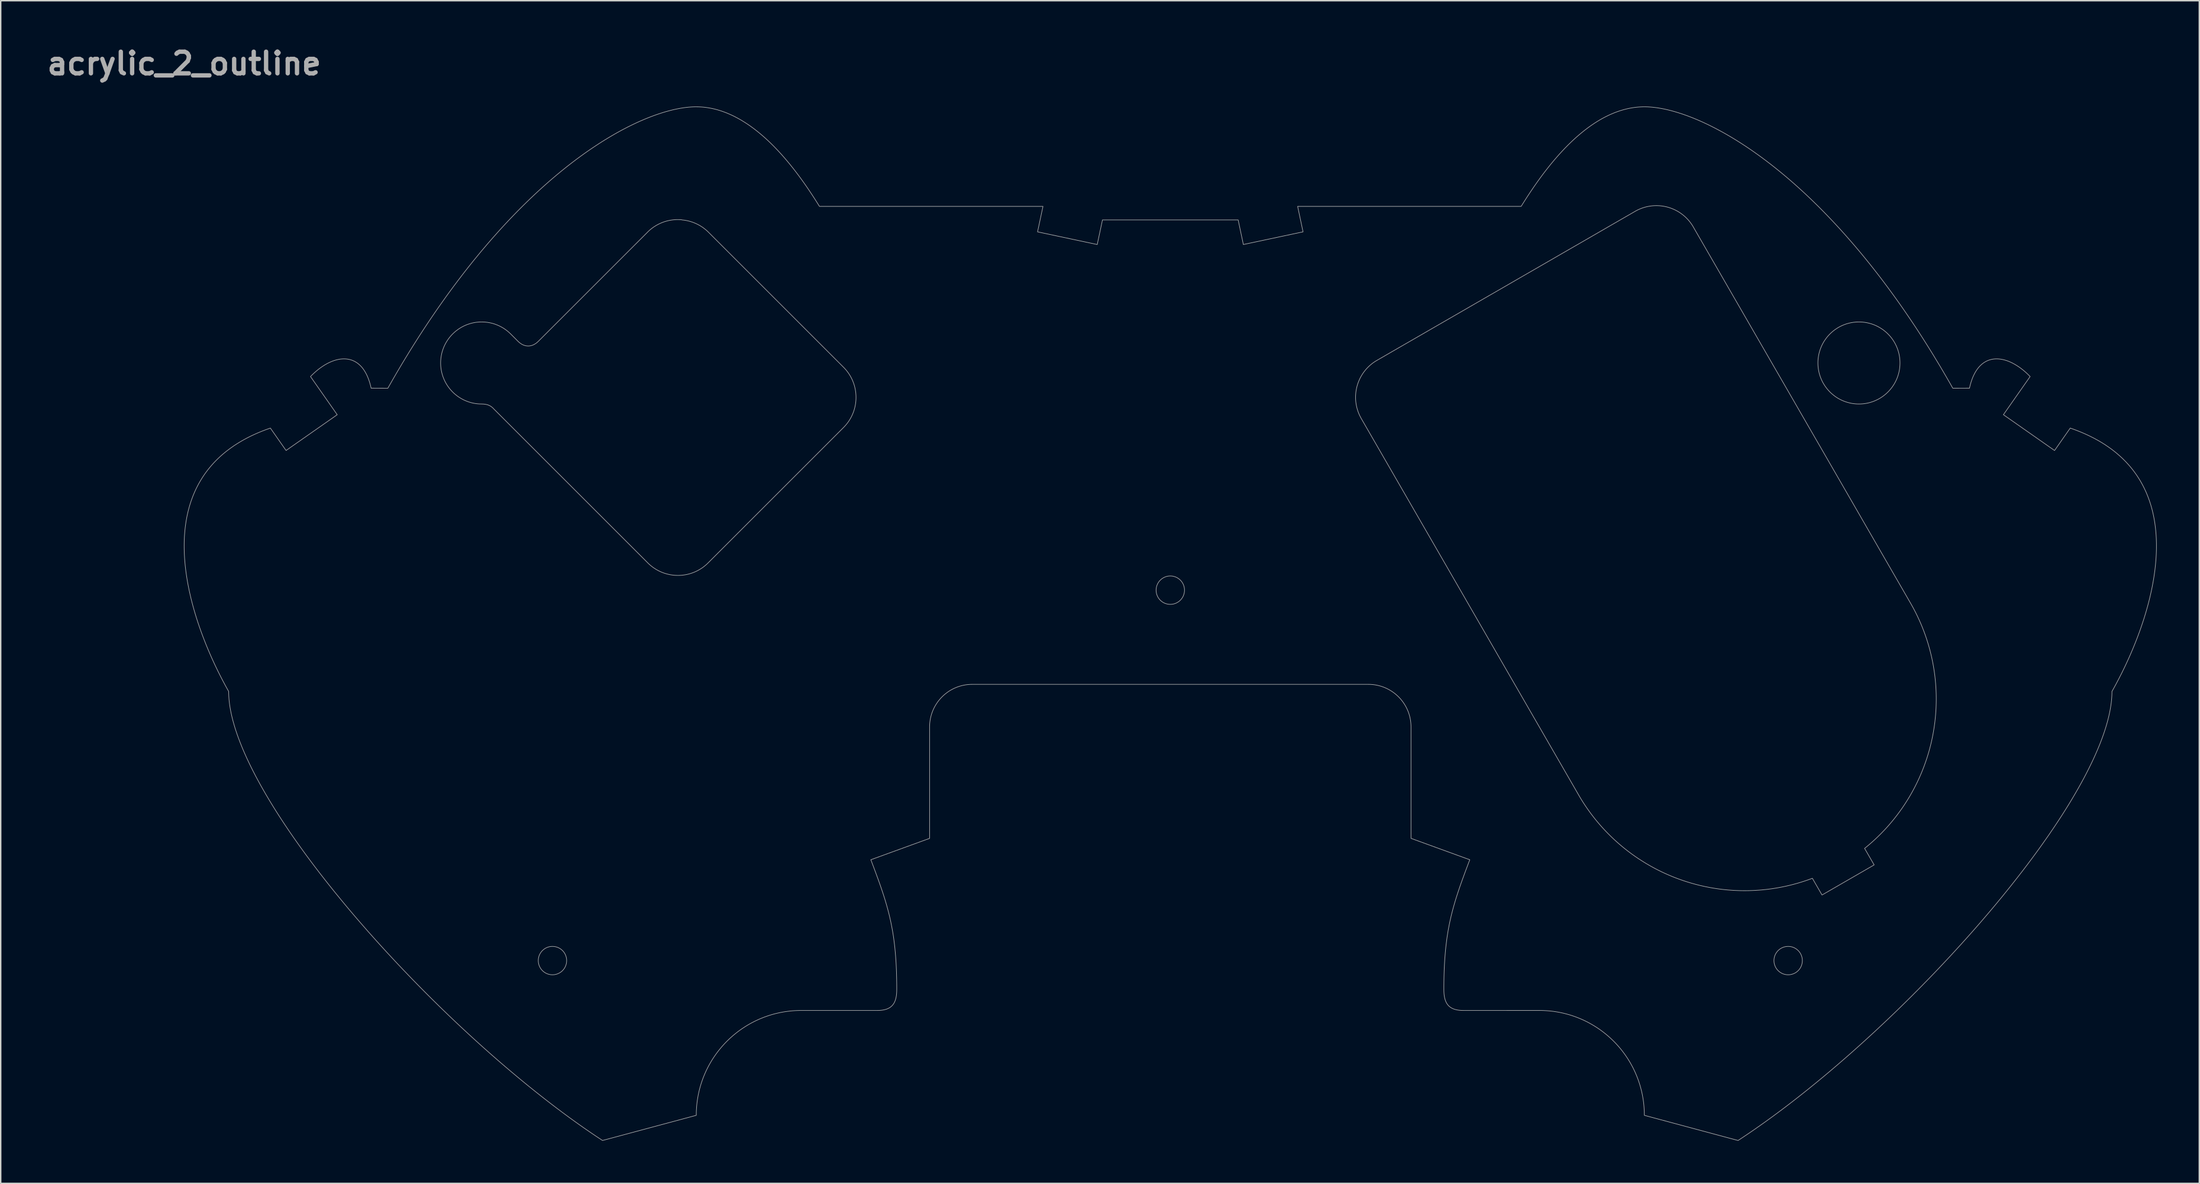
<source format=kicad_pcb>
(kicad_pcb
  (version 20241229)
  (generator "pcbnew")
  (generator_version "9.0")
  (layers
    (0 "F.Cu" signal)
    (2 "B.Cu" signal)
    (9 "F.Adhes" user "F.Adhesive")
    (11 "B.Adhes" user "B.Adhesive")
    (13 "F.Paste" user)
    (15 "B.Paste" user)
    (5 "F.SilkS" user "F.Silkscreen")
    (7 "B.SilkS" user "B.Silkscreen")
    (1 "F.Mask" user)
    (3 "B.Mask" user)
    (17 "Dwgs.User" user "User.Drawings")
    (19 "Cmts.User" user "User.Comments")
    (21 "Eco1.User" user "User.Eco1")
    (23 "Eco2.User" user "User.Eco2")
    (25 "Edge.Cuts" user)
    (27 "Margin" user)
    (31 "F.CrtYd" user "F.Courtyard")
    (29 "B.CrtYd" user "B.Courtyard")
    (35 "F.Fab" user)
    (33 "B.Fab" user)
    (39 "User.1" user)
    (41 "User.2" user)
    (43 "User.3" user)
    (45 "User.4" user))
  (footprint "acrylic_2_outline"
    (layer "F.Cu")
    (at 9.921 4.474)
    (property "Reference" "acrylic_2_outline" (at 0 -3.048 0) (layer "F.Fab") (effects (font (size 1.524 1.524) (thickness 0.305))))
    (attr exclude_from_pos_files exclude_from_bom allow_missing_courtyard)
    (fp_poly (pts (xy 25.548 59.223) (xy 25.64 59.19) (xy 25.735 59.165) (xy 25.835 59.15) (xy 25.937 59.145) (xy 26.053 59.152) (xy 26.166 59.171) (xy 26.274 59.203) (xy 26.377 59.246) (xy 26.473 59.3) (xy 26.563 59.364) (xy 26.644 59.437) (xy 26.718 59.519) (xy 26.782 59.608) (xy 26.836 59.704) (xy 26.879 59.807) (xy 26.911 59.915) (xy 26.931 60.028) (xy 26.937 60.144) (xy 26.931 60.261) (xy 26.911 60.374) (xy 26.879 60.482) (xy 26.836 60.584) (xy 26.782 60.681) (xy 26.718 60.77) (xy 26.645 60.852) (xy 26.563 60.925) (xy 26.474 60.989) (xy 26.377 61.043) (xy 26.275 61.086) (xy 26.167 61.118) (xy 26.054 61.138) (xy 25.937 61.145) (xy 25.821 61.138) (xy 25.708 61.118) (xy 25.6 61.086) (xy 25.498 61.043) (xy 25.401 60.989) (xy 25.312 60.925) (xy 25.23 60.852) (xy 25.157 60.77) (xy 25.093 60.681) (xy 25.039 60.584) (xy 24.995 60.482) (xy 24.963 60.374) (xy 24.944 60.261) (xy 24.937 60.145) (xy 24.944 60.028) (xy 24.963 59.915) (xy 24.995 59.807) (xy 25.039 59.705) (xy 25.093 59.609) (xy 25.157 59.519) (xy 25.23 59.438) (xy 25.326 59.353) (xy 25.432 59.281) (xy 25.548 59.223) (xy 25.548 59.223)) (stroke (width 0.04) (type solid)) (fill no) (layer "F.Fab"))
    (fp_poly (pts (xy 69.062 33.129) (xy 69.153 33.095) (xy 69.249 33.07) (xy 69.348 33.055) (xy 69.45 33.05) (xy 69.567 33.056) (xy 69.68 33.076) (xy 69.788 33.108) (xy 69.89 33.151) (xy 69.986 33.206) (xy 70.076 33.27) (xy 70.157 33.343) (xy 70.231 33.425) (xy 70.295 33.514) (xy 70.349 33.61) (xy 70.392 33.713) (xy 70.424 33.821) (xy 70.444 33.933) (xy 70.45 34.05) (xy 70.444 34.167) (xy 70.424 34.279) (xy 70.392 34.387) (xy 70.349 34.49) (xy 70.295 34.586) (xy 70.231 34.675) (xy 70.157 34.757) (xy 70.076 34.83) (xy 69.986 34.894) (xy 69.89 34.948) (xy 69.787 34.992) (xy 69.679 35.024) (xy 69.567 35.043) (xy 69.45 35.05) (xy 69.333 35.043) (xy 69.221 35.024) (xy 69.113 34.992) (xy 69.01 34.948) (xy 68.914 34.894) (xy 68.825 34.83) (xy 68.743 34.757) (xy 68.67 34.676) (xy 68.606 34.586) (xy 68.552 34.49) (xy 68.509 34.387) (xy 68.477 34.279) (xy 68.457 34.167) (xy 68.45 34.05) (xy 68.457 33.934) (xy 68.477 33.821) (xy 68.509 33.713) (xy 68.552 33.61) (xy 68.607 33.514) (xy 68.671 33.425) (xy 68.744 33.343) (xy 68.84 33.259) (xy 68.946 33.187) (xy 69.062 33.129) (xy 69.062 33.129)) (stroke (width 0.04) (type solid)) (fill no) (layer "F.Fab"))
    (fp_poly (pts (xy 112.575 59.223) (xy 112.667 59.19) (xy 112.762 59.165) (xy 112.862 59.15) (xy 112.964 59.145) (xy 113.081 59.151) (xy 113.193 59.171) (xy 113.301 59.203) (xy 113.404 59.246) (xy 113.5 59.301) (xy 113.589 59.365) (xy 113.671 59.438) (xy 113.744 59.52) (xy 113.808 59.609) (xy 113.862 59.705) (xy 113.906 59.808) (xy 113.938 59.916) (xy 113.957 60.028) (xy 113.964 60.145) (xy 113.957 60.262) (xy 113.938 60.374) (xy 113.906 60.482) (xy 113.862 60.585) (xy 113.808 60.681) (xy 113.744 60.77) (xy 113.671 60.852) (xy 113.589 60.925) (xy 113.5 60.989) (xy 113.404 61.043) (xy 113.301 61.086) (xy 113.193 61.118) (xy 113.081 61.138) (xy 112.964 61.145) (xy 112.847 61.138) (xy 112.735 61.118) (xy 112.627 61.087) (xy 112.524 61.043) (xy 112.428 60.989) (xy 112.338 60.925) (xy 112.257 60.852) (xy 112.183 60.77) (xy 112.119 60.681) (xy 112.065 60.584) (xy 112.022 60.482) (xy 111.99 60.374) (xy 111.97 60.261) (xy 111.963 60.144) (xy 111.97 60.028) (xy 111.99 59.915) (xy 112.022 59.807) (xy 112.065 59.704) (xy 112.12 59.608) (xy 112.184 59.519) (xy 112.257 59.437) (xy 112.353 59.353) (xy 112.459 59.281) (xy 112.575 59.223) (xy 112.575 59.223)) (stroke (width 0.04) (type solid)) (fill no) (layer "F.Fab"))
    (fp_poly (pts (xy 116.334 15.649) (xy 116.434 15.584) (xy 116.537 15.523) (xy 116.643 15.467) (xy 116.751 15.415) (xy 116.862 15.367) (xy 116.975 15.324) (xy 117.09 15.285) (xy 117.207 15.252) (xy 117.327 15.223) (xy 117.448 15.199) (xy 117.571 15.18) (xy 117.696 15.167) (xy 117.822 15.158) (xy 117.95 15.156) (xy 118.075 15.158) (xy 118.199 15.166) (xy 118.321 15.179) (xy 118.442 15.197) (xy 118.562 15.221) (xy 118.679 15.248) (xy 118.795 15.281) (xy 118.908 15.318) (xy 119.02 15.36) (xy 119.129 15.406) (xy 119.236 15.457) (xy 119.34 15.511) (xy 119.442 15.57) (xy 119.541 15.633) (xy 119.638 15.699) (xy 119.731 15.77) (xy 119.822 15.844) (xy 119.909 15.921) (xy 119.993 16.002) (xy 120.074 16.086) (xy 120.152 16.174) (xy 120.226 16.264) (xy 120.296 16.358) (xy 120.362 16.454) (xy 120.425 16.553) (xy 120.484 16.655) (xy 120.538 16.76) (xy 120.589 16.866) (xy 120.635 16.976) (xy 120.677 17.087) (xy 120.714 17.201) (xy 120.747 17.316) (xy 120.775 17.434) (xy 120.798 17.553) (xy 120.816 17.674) (xy 120.829 17.796) (xy 120.837 17.92) (xy 120.84 18.046) (xy 120.837 18.171) (xy 120.829 18.295) (xy 120.816 18.418) (xy 120.798 18.539) (xy 120.775 18.658) (xy 120.747 18.775) (xy 120.714 18.891) (xy 120.677 19.004) (xy 120.635 19.116) (xy 120.589 19.225) (xy 120.538 19.332) (xy 120.484 19.436) (xy 120.425 19.538) (xy 120.362 19.637) (xy 120.296 19.734) (xy 120.225 19.827) (xy 120.151 19.918) (xy 120.074 20.005) (xy 119.993 20.089) (xy 119.909 20.17) (xy 119.821 20.248) (xy 119.731 20.321) (xy 119.637 20.392) (xy 119.541 20.458) (xy 119.442 20.521) (xy 119.34 20.58) (xy 119.235 20.634) (xy 119.128 20.685) (xy 119.019 20.731) (xy 118.908 20.773) (xy 118.794 20.81) (xy 118.679 20.843) (xy 118.561 20.871) (xy 118.442 20.894) (xy 118.321 20.912) (xy 118.199 20.925) (xy 118.075 20.933) (xy 117.949 20.935) (xy 117.824 20.933) (xy 117.7 20.925) (xy 117.577 20.912) (xy 117.456 20.894) (xy 117.337 20.87) (xy 117.22 20.842) (xy 117.104 20.81) (xy 116.991 20.773) (xy 116.879 20.731) (xy 116.77 20.685) (xy 116.663 20.634) (xy 116.559 20.579) (xy 116.457 20.521) (xy 116.358 20.458) (xy 116.262 20.391) (xy 116.168 20.321) (xy 116.078 20.247) (xy 115.99 20.17) (xy 115.906 20.089) (xy 115.825 20.004) (xy 115.748 19.917) (xy 115.674 19.827) (xy 115.604 19.733) (xy 115.537 19.637) (xy 115.475 19.537) (xy 115.416 19.436) (xy 115.361 19.331) (xy 115.311 19.224) (xy 115.265 19.115) (xy 115.223 19.004) (xy 115.186 18.89) (xy 115.153 18.775) (xy 115.125 18.657) (xy 115.102 18.538) (xy 115.084 18.417) (xy 115.071 18.295) (xy 115.063 18.171) (xy 115.06 18.045) (xy 115.063 17.913) (xy 115.072 17.782) (xy 115.087 17.653) (xy 115.107 17.526) (xy 115.132 17.4) (xy 115.163 17.277) (xy 115.2 17.156) (xy 115.241 17.037) (xy 115.287 16.92) (xy 115.338 16.806) (xy 115.394 16.695) (xy 115.454 16.587) (xy 115.519 16.481) (xy 115.589 16.379) (xy 115.662 16.279) (xy 115.739 16.183) (xy 115.821 16.091) (xy 115.906 16.002) (xy 115.986 15.925) (xy 116.069 15.851) (xy 116.154 15.78) (xy 116.243 15.713) (xy 116.334 15.649)) (stroke (width 0.04) (type solid)) (fill no) (layer "F.Fab"))
    (fp_poly (pts (xy 19.335 15.649) (xy 19.436 15.585) (xy 19.539 15.524) (xy 19.644 15.467) (xy 19.753 15.415) (xy 19.864 15.367) (xy 19.977 15.324) (xy 20.092 15.286) (xy 20.209 15.252) (xy 20.329 15.223) (xy 20.45 15.199) (xy 20.573 15.18) (xy 20.698 15.167) (xy 20.824 15.158) (xy 20.951 15.156) (xy 21.084 15.159) (xy 21.214 15.167) (xy 21.344 15.182) (xy 21.471 15.202) (xy 21.596 15.228) (xy 21.72 15.259) (xy 21.841 15.295) (xy 21.96 15.337) (xy 22.076 15.383) (xy 22.19 15.434) (xy 22.301 15.49) (xy 22.41 15.55) (xy 22.515 15.615) (xy 22.618 15.685) (xy 22.717 15.758) (xy 22.813 15.836) (xy 22.906 15.917) (xy 22.995 16.002) (xy 23.507 16.515) (xy 23.604 16.604) (xy 23.704 16.679) (xy 23.806 16.741) (xy 23.91 16.789) (xy 24.015 16.823) (xy 24.121 16.843) (xy 24.228 16.85) (xy 24.334 16.843) (xy 24.44 16.823) (xy 24.545 16.789) (xy 24.649 16.741) (xy 24.751 16.679) (xy 24.851 16.604) (xy 24.948 16.515) (xy 32.656 8.808) (xy 32.748 8.72) (xy 32.844 8.637) (xy 32.942 8.559) (xy 33.044 8.485) (xy 33.149 8.415) (xy 33.256 8.35) (xy 33.365 8.29) (xy 33.477 8.234) (xy 33.591 8.183) (xy 33.706 8.137) (xy 33.824 8.095) (xy 33.943 8.059) (xy 34.064 8.027) (xy 34.186 8.001) (xy 34.31 7.98) (xy 34.434 7.963) (xy 34.559 7.952) (xy 34.685 7.946) (xy 34.812 7.946) (xy 34.939 7.951) (xy 34.965 7.946) (xy 35.088 7.971) (xy 35.215 7.985) (xy 35.341 8.005) (xy 35.466 8.031) (xy 35.589 8.061) (xy 35.711 8.097) (xy 35.831 8.138) (xy 35.949 8.184) (xy 36.064 8.234) (xy 36.178 8.29) (xy 36.289 8.35) (xy 36.398 8.415) (xy 36.504 8.485) (xy 36.607 8.559) (xy 36.707 8.637) (xy 36.804 8.72) (xy 36.898 8.808) (xy 46.438 18.348) (xy 46.524 18.438) (xy 46.605 18.529) (xy 46.682 18.624) (xy 46.754 18.72) (xy 46.822 18.819) (xy 46.886 18.92) (xy 46.945 19.022) (xy 47 19.127) (xy 47.051 19.233) (xy 47.097 19.341) (xy 47.138 19.45) (xy 47.176 19.56) (xy 47.209 19.671) (xy 47.237 19.783) (xy 47.261 19.896) (xy 47.281 20.01) (xy 47.297 20.125) (xy 47.307 20.239) (xy 47.314 20.354) (xy 47.316 20.469) (xy 47.314 20.584) (xy 47.307 20.699) (xy 47.296 20.814) (xy 47.281 20.928) (xy 47.261 21.042) (xy 47.237 21.155) (xy 47.209 21.268) (xy 47.176 21.379) (xy 47.138 21.489) (xy 47.097 21.598) (xy 47.05 21.706) (xy 47 21.812) (xy 46.945 21.916) (xy 46.886 22.019) (xy 46.822 22.12) (xy 46.754 22.219) (xy 46.681 22.315) (xy 46.605 22.409) (xy 46.523 22.501) (xy 46.438 22.59) (xy 36.896 32.132) (xy 36.807 32.218) (xy 36.715 32.299) (xy 36.621 32.376) (xy 36.524 32.449) (xy 36.426 32.517) (xy 36.325 32.58) (xy 36.222 32.64) (xy 36.118 32.694) (xy 36.011 32.745) (xy 35.904 32.791) (xy 35.795 32.833) (xy 35.685 32.87) (xy 35.573 32.903) (xy 35.461 32.932) (xy 35.348 32.956) (xy 35.234 32.975) (xy 35.12 32.991) (xy 35.005 33.002) (xy 34.89 33.008) (xy 34.775 33.011) (xy 34.66 33.008) (xy 34.545 33.002) (xy 34.43 32.991) (xy 34.316 32.975) (xy 34.202 32.956) (xy 34.089 32.931) (xy 33.977 32.903) (xy 33.866 32.87) (xy 33.755 32.833) (xy 33.646 32.791) (xy 33.539 32.745) (xy 33.433 32.694) (xy 33.328 32.639) (xy 33.226 32.58) (xy 33.125 32.516) (xy 33.026 32.448) (xy 32.929 32.376) (xy 32.835 32.299) (xy 32.743 32.218) (xy 32.654 32.132) (xy 25.863 25.341) (xy 23.114 22.592) (xy 21.815 21.293) (xy 21.723 21.198) (xy 21.627 21.12) (xy 21.528 21.059) (xy 21.424 21.012) (xy 21.315 20.977) (xy 21.201 20.954) (xy 21.079 20.941) (xy 20.951 20.936) (xy 20.826 20.933) (xy 20.702 20.925) (xy 20.579 20.912) (xy 20.458 20.894) (xy 20.339 20.871) (xy 20.222 20.843) (xy 20.106 20.81) (xy 19.992 20.773) (xy 19.881 20.731) (xy 19.772 20.685) (xy 19.665 20.635) (xy 19.561 20.58) (xy 19.459 20.521) (xy 19.36 20.459) (xy 19.263 20.392) (xy 19.17 20.322) (xy 19.079 20.248) (xy 18.992 20.171) (xy 18.908 20.09) (xy 18.827 20.005) (xy 18.749 19.918) (xy 18.675 19.827) (xy 18.605 19.734) (xy 18.539 19.638) (xy 18.476 19.538) (xy 18.417 19.437) (xy 18.362 19.332) (xy 18.312 19.225) (xy 18.266 19.116) (xy 18.224 19.005) (xy 18.187 18.891) (xy 18.154 18.776) (xy 18.126 18.658) (xy 18.103 18.539) (xy 18.085 18.418) (xy 18.072 18.296) (xy 18.064 18.172) (xy 18.061 18.046) (xy 18.064 17.914) (xy 18.073 17.783) (xy 18.088 17.654) (xy 18.108 17.527) (xy 18.133 17.401) (xy 18.164 17.278) (xy 18.201 17.157) (xy 18.242 17.038) (xy 18.288 16.921) (xy 18.339 16.807) (xy 18.395 16.696) (xy 18.456 16.587) (xy 18.521 16.482) (xy 18.59 16.379) (xy 18.663 16.28) (xy 18.741 16.184) (xy 18.822 16.091) (xy 18.908 16.002) (xy 18.988 15.926) (xy 19.07 15.852) (xy 19.156 15.781) (xy 19.244 15.714) (xy 19.335 15.65) (xy 19.335 15.649)) (stroke (width 0.04) (type solid)) (fill no) (layer "F.Fab"))
    (fp_poly (pts (xy 83.998 17.864) (xy 102.185 7.364) (xy 102.249 7.328) (xy 102.314 7.293) (xy 102.38 7.26) (xy 102.446 7.229) (xy 102.514 7.2) (xy 102.582 7.172) (xy 102.651 7.146) (xy 102.72 7.121) (xy 102.79 7.098) (xy 102.861 7.077) (xy 102.932 7.058) (xy 103.003 7.04) (xy 103.075 7.025) (xy 103.148 7.01) (xy 103.22 6.998) (xy 103.293 6.988) (xy 103.366 6.979) (xy 103.439 6.972) (xy 103.513 6.967) (xy 103.586 6.964) (xy 103.66 6.962) (xy 103.734 6.962) (xy 103.807 6.965) (xy 103.881 6.968) (xy 103.954 6.974) (xy 104.027 6.982) (xy 104.1 6.991) (xy 104.173 7.002) (xy 104.246 7.015) (xy 104.318 7.03) (xy 104.39 7.046) (xy 104.461 7.064) (xy 104.532 7.084) (xy 104.602 7.106) (xy 104.672 7.129) (xy 104.741 7.154) (xy 104.81 7.181) (xy 104.878 7.21) (xy 104.945 7.24) (xy 105.011 7.271) (xy 105.077 7.305) (xy 105.142 7.34) (xy 105.206 7.376) (xy 105.269 7.414) (xy 105.331 7.454) (xy 105.392 7.495) (xy 105.452 7.538) (xy 105.511 7.582) (xy 105.568 7.627) (xy 105.625 7.674) (xy 105.681 7.723) (xy 105.735 7.772) (xy 105.788 7.823) (xy 105.84 7.876) (xy 105.891 7.929) (xy 105.94 7.984) (xy 105.988 8.04) (xy 106.034 8.097) (xy 106.079 8.155) (xy 106.123 8.214) (xy 106.165 8.275) (xy 106.206 8.336) (xy 106.245 8.398) (xy 106.282 8.462) (xy 118.057 28.855) (xy 118.059 28.86) (xy 118.061 28.864) (xy 121.641 35.065) (xy 121.677 35.13) (xy 121.713 35.195) (xy 121.749 35.26) (xy 121.784 35.326) (xy 121.819 35.391) (xy 121.854 35.457) (xy 121.888 35.523) (xy 121.922 35.589) (xy 121.956 35.655) (xy 121.989 35.722) (xy 122.022 35.788) (xy 122.054 35.855) (xy 122.086 35.922) (xy 122.118 35.989) (xy 122.149 36.057) (xy 122.18 36.124) (xy 122.211 36.192) (xy 122.241 36.26) (xy 122.271 36.328) (xy 122.3 36.396) (xy 122.33 36.465) (xy 122.358 36.533) (xy 122.387 36.602) (xy 122.415 36.671) (xy 122.442 36.74) (xy 122.469 36.809) (xy 122.496 36.878) (xy 122.523 36.948) (xy 122.549 37.017) (xy 122.574 37.087) (xy 122.6 37.157) (xy 122.625 37.227) (xy 122.649 37.297) (xy 122.673 37.367) (xy 122.697 37.438) (xy 122.72 37.508) (xy 122.743 37.579) (xy 122.766 37.65) (xy 122.788 37.721) (xy 122.81 37.792) (xy 122.831 37.863) (xy 122.852 37.934) (xy 122.873 38.006) (xy 122.893 38.077) (xy 122.913 38.149) (xy 122.932 38.22) (xy 122.952 38.292) (xy 122.97 38.364) (xy 122.988 38.436) (xy 123.006 38.508) (xy 123.024 38.581) (xy 123.041 38.653) (xy 123.058 38.725) (xy 123.074 38.798) (xy 123.09 38.87) (xy 123.105 38.943) (xy 123.12 39.016) (xy 123.135 39.089) (xy 123.149 39.162) (xy 123.163 39.235) (xy 123.176 39.308) (xy 123.19 39.381) (xy 123.202 39.454) (xy 123.214 39.527) (xy 123.226 39.601) (xy 123.238 39.674) (xy 123.249 39.748) (xy 123.259 39.821) (xy 123.27 39.895) (xy 123.279 39.969) (xy 123.289 40.042) (xy 123.298 40.116) (xy 123.307 40.19) (xy 123.315 40.264) (xy 123.323 40.338) (xy 123.33 40.412) (xy 123.337 40.485) (xy 123.343 40.56) (xy 123.35 40.634) (xy 123.355 40.708) (xy 123.361 40.782) (xy 123.366 40.856) (xy 123.37 40.93) (xy 123.374 41.004) (xy 123.378 41.079) (xy 123.381 41.153) (xy 123.384 41.227) (xy 123.387 41.301) (xy 123.389 41.376) (xy 123.391 41.45) (xy 123.392 41.524) (xy 123.393 41.598) (xy 123.393 41.673) (xy 123.393 41.747) (xy 123.393 41.821) (xy 123.392 41.896) (xy 123.391 41.97) (xy 123.389 42.044) (xy 123.387 42.119) (xy 123.385 42.193) (xy 123.382 42.267) (xy 123.379 42.341) (xy 123.375 42.416) (xy 123.371 42.49) (xy 123.367 42.564) (xy 123.362 42.638) (xy 123.356 42.712) (xy 123.351 42.786) (xy 123.345 42.86) (xy 123.338 42.934) (xy 123.331 43.008) (xy 123.324 43.082) (xy 123.316 43.156) (xy 123.308 43.23) (xy 123.3 43.304) (xy 123.291 43.378) (xy 123.281 43.451) (xy 123.271 43.525) (xy 123.261 43.599) (xy 123.251 43.672) (xy 123.24 43.746) (xy 123.228 43.819) (xy 123.217 43.893) (xy 123.204 43.966) (xy 123.192 44.039) (xy 123.179 44.112) (xy 123.166 44.185) (xy 123.152 44.258) (xy 123.138 44.331) (xy 123.123 44.404) (xy 123.108 44.477) (xy 123.093 44.55) (xy 123.077 44.622) (xy 123.061 44.695) (xy 123.044 44.767) (xy 123.027 44.84) (xy 123.01 44.912) (xy 122.992 44.984) (xy 122.974 45.056) (xy 122.955 45.128) (xy 122.936 45.2) (xy 122.917 45.272) (xy 122.897 45.343) (xy 122.877 45.415) (xy 122.856 45.486) (xy 122.835 45.558) (xy 122.814 45.629) (xy 122.792 45.7) (xy 122.77 45.771) (xy 122.748 45.842) (xy 122.725 45.912) (xy 122.701 45.983) (xy 122.678 46.053) (xy 122.654 46.124) (xy 122.629 46.194) (xy 122.604 46.264) (xy 122.579 46.334) (xy 122.554 46.403) (xy 122.528 46.473) (xy 122.501 46.543) (xy 122.474 46.612) (xy 122.447 46.681) (xy 122.42 46.75) (xy 122.392 46.819) (xy 122.364 46.888) (xy 122.335 46.956) (xy 122.306 47.025) (xy 122.276 47.093) (xy 122.247 47.161) (xy 122.217 47.229) (xy 122.186 47.297) (xy 122.155 47.364) (xy 122.124 47.432) (xy 122.092 47.499) (xy 122.06 47.566) (xy 122.028 47.633) (xy 121.995 47.7) (xy 121.962 47.766) (xy 121.928 47.832) (xy 121.895 47.899) (xy 121.86 47.965) (xy 121.826 48.03) (xy 121.791 48.096) (xy 121.756 48.161) (xy 121.72 48.227) (xy 121.684 48.292) (xy 121.648 48.356) (xy 121.611 48.421) (xy 121.574 48.485) (xy 121.536 48.55) (xy 121.499 48.614) (xy 121.46 48.677) (xy 121.422 48.741) (xy 121.383 48.804) (xy 121.344 48.867) (xy 121.304 48.93) (xy 121.264 48.993) (xy 121.224 49.056) (xy 121.184 49.118) (xy 121.143 49.18) (xy 121.101 49.242) (xy 121.06 49.303) (xy 121.018 49.365) (xy 120.976 49.426) (xy 120.933 49.487) (xy 120.89 49.547) (xy 120.847 49.608) (xy 120.803 49.668) (xy 120.759 49.728) (xy 120.715 49.787) (xy 120.671 49.847) (xy 120.626 49.906) (xy 120.58 49.965) (xy 120.535 50.024) (xy 120.489 50.082) (xy 120.443 50.14) (xy 120.396 50.198) (xy 120.349 50.256) (xy 120.302 50.313) (xy 120.255 50.371) (xy 120.207 50.428) (xy 120.159 50.484) (xy 120.11 50.541) (xy 120.062 50.597) (xy 120.013 50.653) (xy 119.963 50.708) (xy 119.914 50.763) (xy 119.864 50.818) (xy 119.813 50.873) (xy 119.763 50.928) (xy 119.712 50.982) (xy 119.661 51.036) (xy 119.609 51.089) (xy 119.558 51.143) (xy 119.506 51.196) (xy 119.453 51.249) (xy 119.401 51.301) (xy 119.348 51.353) (xy 119.295 51.405) (xy 119.241 51.457) (xy 119.187 51.508) (xy 119.133 51.559) (xy 119.079 51.61) (xy 119.024 51.66) (xy 118.97 51.71) (xy 118.914 51.76) (xy 118.859 51.81) (xy 118.803 51.859) (xy 118.747 51.908) (xy 118.691 51.956) (xy 118.635 52.005) (xy 118.578 52.052) (xy 118.521 52.1) (xy 118.463 52.147) (xy 118.406 52.194) (xy 118.348 52.241) (xy 119.02 53.404) (xy 115.349 55.524) (xy 114.669 54.347) (xy 114.6 54.373) (xy 114.531 54.399) (xy 114.461 54.424) (xy 114.392 54.449) (xy 114.322 54.473) (xy 114.252 54.497) (xy 114.182 54.521) (xy 114.112 54.544) (xy 114.042 54.567) (xy 113.972 54.589) (xy 113.901 54.612) (xy 113.831 54.633) (xy 113.76 54.655) (xy 113.689 54.676) (xy 113.618 54.696) (xy 113.547 54.716) (xy 113.476 54.736) (xy 113.405 54.756) (xy 113.333 54.775) (xy 113.262 54.793) (xy 113.19 54.811) (xy 113.119 54.829) (xy 113.047 54.847) (xy 112.975 54.864) (xy 112.903 54.88) (xy 112.831 54.897) (xy 112.759 54.913) (xy 112.687 54.928) (xy 112.614 54.943) (xy 112.542 54.958) (xy 112.47 54.972) (xy 112.397 54.986) (xy 112.324 54.999) (xy 112.252 55.013) (xy 112.179 55.025) (xy 112.106 55.038) (xy 112.033 55.049) (xy 111.96 55.061) (xy 111.887 55.072) (xy 111.814 55.083) (xy 111.741 55.093) (xy 111.668 55.103) (xy 111.595 55.112) (xy 111.521 55.122) (xy 111.448 55.13) (xy 111.375 55.139) (xy 111.301 55.146) (xy 111.228 55.154) (xy 111.154 55.161) (xy 111.081 55.168) (xy 111.007 55.174) (xy 110.933 55.18) (xy 110.86 55.185) (xy 110.786 55.19) (xy 110.712 55.195) (xy 110.639 55.199) (xy 110.565 55.203) (xy 110.491 55.207) (xy 110.417 55.21) (xy 110.343 55.212) (xy 110.27 55.215) (xy 110.196 55.217) (xy 110.122 55.218) (xy 110.048 55.219) (xy 109.974 55.22) (xy 109.9 55.22) (xy 109.827 55.22) (xy 109.753 55.219) (xy 109.679 55.218) (xy 109.605 55.217) (xy 109.531 55.215) (xy 109.457 55.213) (xy 109.384 55.21) (xy 109.31 55.207) (xy 109.236 55.204) (xy 109.162 55.2) (xy 109.088 55.196) (xy 109.015 55.191) (xy 108.941 55.186) (xy 108.867 55.181) (xy 108.794 55.175) (xy 108.72 55.169) (xy 108.647 55.162) (xy 108.573 55.155) (xy 108.5 55.148) (xy 108.426 55.14) (xy 108.353 55.132) (xy 108.279 55.123) (xy 108.206 55.114) (xy 108.133 55.105) (xy 108.06 55.095) (xy 107.986 55.084) (xy 107.913 55.074) (xy 107.84 55.063) (xy 107.767 55.051) (xy 107.695 55.04) (xy 107.622 55.027) (xy 107.549 55.015) (xy 107.476 55.002) (xy 107.404 54.988) (xy 107.331 54.974) (xy 107.259 54.96) (xy 107.186 54.946) (xy 107.114 54.931) (xy 107.042 54.915) (xy 106.969 54.899) (xy 106.897 54.883) (xy 106.825 54.867) (xy 106.754 54.85) (xy 106.682 54.832) (xy 106.61 54.814) (xy 106.538 54.796) (xy 106.467 54.778) (xy 106.396 54.759) (xy 106.324 54.739) (xy 106.253 54.72) (xy 106.182 54.7) (xy 106.111 54.679) (xy 106.04 54.658) (xy 105.97 54.637) (xy 105.899 54.615) (xy 105.828 54.593) (xy 105.758 54.571) (xy 105.688 54.548) (xy 105.618 54.525) (xy 105.548 54.501) (xy 105.478 54.477) (xy 105.408 54.453) (xy 105.339 54.428) (xy 105.269 54.403) (xy 105.2 54.377) (xy 105.131 54.352) (xy 105.062 54.325) (xy 104.993 54.299) (xy 104.924 54.272) (xy 104.855 54.244) (xy 104.787 54.217) (xy 104.719 54.188) (xy 104.65 54.16) (xy 104.583 54.131) (xy 104.515 54.102) (xy 104.447 54.072) (xy 104.38 54.042) (xy 104.312 54.012) (xy 104.245 53.981) (xy 104.178 53.95) (xy 104.111 53.919) (xy 104.045 53.887) (xy 103.978 53.855) (xy 103.912 53.822) (xy 103.846 53.789) (xy 103.78 53.756) (xy 103.714 53.722) (xy 103.648 53.688) (xy 103.583 53.654) (xy 103.518 53.619) (xy 103.453 53.584) (xy 103.388 53.549) (xy 103.323 53.513) (xy 103.259 53.477) (xy 103.195 53.44) (xy 103.131 53.403) (xy 103.067 53.366) (xy 103.003 53.329) (xy 102.94 53.291) (xy 102.877 53.253) (xy 102.814 53.214) (xy 102.751 53.175) (xy 102.688 53.136) (xy 102.626 53.096) (xy 102.564 53.056) (xy 102.502 53.016) (xy 102.44 52.976) (xy 102.379 52.935) (xy 102.318 52.893) (xy 102.257 52.852) (xy 102.196 52.81) (xy 102.135 52.767) (xy 102.075 52.725) (xy 102.015 52.682) (xy 101.955 52.639) (xy 101.895 52.595) (xy 101.836 52.551) (xy 101.777 52.507) (xy 101.718 52.462) (xy 101.659 52.417) (xy 101.601 52.372) (xy 101.543 52.327) (xy 101.485 52.281) (xy 101.427 52.235) (xy 101.37 52.188) (xy 101.313 52.141) (xy 101.256 52.094) (xy 101.199 52.047) (xy 101.143 51.999) (xy 101.087 51.951) (xy 101.031 51.903) (xy 100.975 51.854) (xy 100.92 51.805) (xy 100.865 51.756) (xy 100.81 51.706) (xy 100.756 51.656) (xy 100.701 51.606) (xy 100.647 51.556) (xy 100.594 51.505) (xy 100.54 51.454) (xy 100.487 51.403) (xy 100.434 51.351) (xy 100.382 51.299) (xy 100.33 51.247) (xy 100.278 51.195) (xy 100.226 51.142) (xy 100.175 51.089) (xy 100.123 51.036) (xy 100.073 50.982) (xy 100.022 50.928) (xy 99.972 50.874) (xy 99.922 50.82) (xy 99.872 50.765) (xy 99.823 50.71) (xy 99.774 50.655) (xy 99.725 50.599) (xy 99.677 50.543) (xy 99.629 50.487) (xy 99.581 50.431) (xy 99.533 50.374) (xy 99.486 50.318) (xy 99.439 50.261) (xy 99.393 50.203) (xy 99.346 50.146) (xy 99.301 50.088) (xy 99.255 50.03) (xy 99.21 49.971) (xy 99.165 49.913) (xy 99.12 49.854) (xy 99.076 49.795) (xy 99.032 49.736) (xy 98.988 49.676) (xy 98.945 49.616) (xy 98.902 49.556) (xy 98.859 49.496) (xy 98.816 49.436) (xy 98.774 49.375) (xy 98.733 49.314) (xy 98.691 49.253) (xy 98.65 49.191) (xy 98.61 49.13) (xy 98.569 49.068) (xy 98.529 49.006) (xy 98.489 48.943) (xy 98.45 48.881) (xy 98.411 48.818) (xy 98.372 48.755) (xy 98.334 48.692) (xy 98.296 48.629) (xy 98.259 48.565) (xy 90.286 34.757) (xy 90.287 34.756) (xy 82.9 21.962) (xy 82.864 21.897) (xy 82.83 21.832) (xy 82.797 21.766) (xy 82.766 21.7) (xy 82.736 21.632) (xy 82.708 21.564) (xy 82.682 21.495) (xy 82.658 21.426) (xy 82.635 21.356) (xy 82.614 21.285) (xy 82.594 21.214) (xy 82.577 21.143) (xy 82.561 21.071) (xy 82.547 20.999) (xy 82.535 20.926) (xy 82.524 20.853) (xy 82.515 20.78) (xy 82.508 20.707) (xy 82.503 20.634) (xy 82.5 20.56) (xy 82.499 20.486) (xy 82.499 20.413) (xy 82.501 20.339) (xy 82.505 20.266) (xy 82.511 20.192) (xy 82.518 20.119) (xy 82.527 20.046) (xy 82.539 19.973) (xy 82.551 19.901) (xy 82.566 19.829) (xy 82.582 19.757) (xy 82.601 19.685) (xy 82.621 19.615) (xy 82.642 19.544) (xy 82.666 19.474) (xy 82.691 19.405) (xy 82.717 19.337) (xy 82.746 19.269) (xy 82.776 19.202) (xy 82.808 19.135) (xy 82.841 19.069) (xy 82.876 19.005) (xy 82.913 18.941) (xy 82.951 18.878) (xy 82.99 18.816) (xy 83.032 18.755) (xy 83.074 18.695) (xy 83.118 18.636) (xy 83.164 18.578) (xy 83.211 18.521) (xy 83.259 18.466) (xy 83.309 18.411) (xy 83.36 18.358) (xy 83.412 18.306) (xy 83.465 18.256) (xy 83.52 18.207) (xy 83.576 18.159) (xy 83.633 18.112) (xy 83.691 18.067) (xy 83.751 18.023) (xy 83.811 17.981) (xy 83.872 17.941) (xy 83.935 17.902) (xy 83.998 17.864) (xy 83.998 17.864)) (stroke (width 0.04) (type solid)) (fill no) (layer "F.Fab"))
    (fp_poly (pts (xy 29.371 2.494) (xy 29.297 2.541) (xy 29.222 2.589) (xy 29.148 2.637) (xy 29.073 2.686) (xy 28.998 2.735) (xy 28.923 2.785) (xy 28.848 2.835) (xy 28.772 2.886) (xy 28.696 2.937) (xy 28.621 2.989) (xy 28.544 3.041) (xy 28.468 3.093) (xy 28.392 3.147) (xy 28.315 3.2) (xy 28.238 3.255) (xy 28.161 3.309) (xy 28.084 3.365) (xy 28.006 3.421) (xy 27.929 3.477) (xy 27.851 3.534) (xy 27.773 3.591) (xy 27.695 3.649) (xy 27.616 3.707) (xy 27.538 3.766) (xy 27.459 3.826) (xy 27.38 3.886) (xy 27.301 3.946) (xy 27.222 4.007) (xy 27.142 4.069) (xy 27.063 4.131) (xy 26.983 4.194) (xy 26.903 4.257) (xy 26.823 4.321) (xy 26.743 4.385) (xy 26.663 4.45) (xy 26.582 4.515) (xy 26.501 4.581) (xy 26.421 4.648) (xy 26.34 4.715) (xy 26.258 4.782) (xy 26.177 4.85) (xy 26.096 4.919) (xy 26.014 4.988) (xy 25.932 5.058) (xy 25.85 5.128) (xy 25.768 5.199) (xy 25.686 5.27) (xy 25.604 5.342) (xy 25.521 5.415) (xy 25.439 5.488) (xy 25.356 5.562) (xy 25.273 5.636) (xy 25.19 5.711) (xy 25.107 5.786) (xy 25.024 5.862) (xy 24.94 5.938) (xy 24.857 6.015) (xy 24.773 6.093) (xy 24.689 6.171) (xy 24.606 6.25) (xy 24.522 6.329) (xy 24.437 6.409) (xy 24.353 6.49) (xy 24.269 6.571) (xy 24.184 6.653) (xy 24.1 6.735) (xy 24.015 6.818) (xy 23.93 6.901) (xy 23.845 6.985) (xy 23.76 7.07) (xy 23.675 7.155) (xy 23.59 7.241) (xy 23.504 7.327) (xy 23.419 7.414) (xy 23.333 7.502) (xy 23.248 7.59) (xy 23.162 7.679) (xy 23.076 7.768) (xy 22.99 7.858) (xy 22.904 7.949) (xy 22.818 8.04) (xy 22.732 8.132) (xy 22.645 8.224) (xy 22.559 8.317) (xy 22.472 8.411) (xy 22.386 8.505) (xy 22.299 8.6) (xy 22.212 8.696) (xy 22.126 8.792) (xy 22.039 8.888) (xy 21.952 8.986) (xy 21.865 9.084) (xy 21.777 9.182) (xy 21.69 9.281) (xy 21.603 9.381) (xy 21.516 9.482) (xy 21.428 9.583) (xy 21.341 9.684) (xy 21.253 9.787) (xy 21.166 9.89) (xy 21.078 9.993) (xy 20.99 10.098) (xy 20.902 10.202) (xy 20.814 10.308) (xy 20.727 10.414) (xy 20.639 10.521) (xy 20.551 10.628) (xy 20.462 10.736) (xy 20.374 10.845) (xy 20.286 10.954) (xy 20.198 11.065) (xy 20.11 11.175) (xy 20.021 11.286) (xy 19.933 11.398) (xy 19.845 11.511) (xy 19.756 11.624) (xy 19.668 11.738) (xy 19.579 11.853) (xy 19.491 11.968) (xy 19.402 12.084) (xy 19.313 12.2) (xy 19.225 12.318) (xy 19.136 12.436) (xy 19.047 12.554) (xy 18.958 12.673) (xy 18.87 12.793) (xy 18.781 12.914) (xy 18.692 13.035) (xy 18.603 13.157) (xy 18.514 13.279) (xy 18.425 13.403) (xy 18.337 13.527) (xy 18.248 13.651) (xy 18.159 13.777) (xy 18.07 13.902) (xy 17.981 14.029) (xy 17.892 14.156) (xy 17.803 14.284) (xy 17.714 14.413) (xy 17.625 14.543) (xy 17.536 14.673) (xy 17.447 14.803) (xy 17.358 14.935) (xy 17.269 15.067) (xy 17.18 15.2) (xy 17.091 15.333) (xy 17.002 15.468) (xy 16.913 15.602) (xy 16.824 15.738) (xy 16.735 15.874) (xy 16.646 16.011) (xy 16.557 16.149) (xy 16.468 16.288) (xy 16.379 16.427) (xy 16.291 16.567) (xy 16.202 16.707) (xy 16.113 16.849) (xy 16.024 16.991) (xy 15.935 17.133) (xy 15.846 17.277) (xy 15.758 17.421) (xy 15.669 17.566) (xy 15.58 17.711) (xy 15.492 17.858) (xy 15.403 18.005) (xy 15.314 18.152) (xy 15.226 18.301) (xy 15.137 18.45) (xy 15.049 18.6) (xy 14.96 18.751) (xy 14.872 18.902) (xy 14.783 19.054) (xy 14.695 19.207) (xy 14.607 19.361) (xy 14.519 19.515) (xy 14.43 19.67) (xy 14.342 19.826) (xy 13.167 19.821) (xy 13.133 19.673) (xy 13.096 19.532) (xy 13.056 19.396) (xy 13.013 19.266) (xy 12.968 19.142) (xy 12.92 19.024) (xy 12.87 18.912) (xy 12.817 18.805) (xy 12.761 18.704) (xy 12.704 18.608) (xy 12.644 18.518) (xy 12.582 18.433) (xy 12.518 18.353) (xy 12.451 18.279) (xy 12.383 18.21) (xy 12.313 18.146) (xy 12.242 18.088) (xy 12.168 18.034) (xy 12.093 17.985) (xy 12.016 17.941) (xy 11.938 17.902) (xy 11.858 17.868) (xy 11.777 17.838) (xy 11.695 17.813) (xy 11.611 17.793) (xy 11.526 17.777) (xy 11.441 17.766) (xy 11.354 17.759) (xy 11.266 17.756) (xy 11.177 17.758) (xy 11.088 17.764) (xy 10.998 17.773) (xy 10.907 17.788) (xy 10.816 17.806) (xy 10.724 17.828) (xy 10.632 17.854) (xy 10.539 17.883) (xy 10.447 17.917) (xy 10.354 17.954) (xy 10.26 17.995) (xy 10.167 18.039) (xy 10.074 18.087) (xy 9.981 18.139) (xy 9.888 18.193) (xy 9.795 18.252) (xy 9.703 18.313) (xy 9.611 18.378) (xy 9.519 18.445) (xy 9.428 18.516) (xy 9.338 18.59) (xy 9.248 18.667) (xy 9.159 18.746) (xy 9.071 18.829) (xy 8.983 18.914) (xy 8.897 19.002) (xy 10.778 21.69) (xy 7.176 24.211) (xy 6.069 22.63) (xy 6.064 22.635) (xy 5.922 22.685) (xy 5.782 22.735) (xy 5.644 22.787) (xy 5.508 22.84) (xy 5.374 22.894) (xy 5.242 22.949) (xy 5.111 23.005) (xy 4.983 23.062) (xy 4.857 23.12) (xy 4.733 23.178) (xy 4.61 23.238) (xy 4.49 23.299) (xy 4.371 23.361) (xy 4.254 23.424) (xy 4.139 23.488) (xy 4.026 23.553) (xy 3.915 23.618) (xy 3.805 23.685) (xy 3.697 23.753) (xy 3.592 23.821) (xy 3.488 23.89) (xy 3.385 23.961) (xy 3.285 24.032) (xy 3.186 24.104) (xy 3.089 24.177) (xy 2.994 24.25) (xy 2.9 24.325) (xy 2.808 24.4) (xy 2.718 24.476) (xy 2.63 24.553) (xy 2.543 24.631) (xy 2.458 24.71) (xy 2.375 24.789) (xy 2.293 24.869) (xy 2.213 24.95) (xy 2.134 25.032) (xy 2.057 25.114) (xy 1.972 25.208) (xy 1.89 25.303) (xy 1.809 25.399) (xy 1.73 25.495) (xy 1.653 25.593) (xy 1.578 25.691) (xy 1.505 25.79) (xy 1.434 25.89) (xy 1.365 25.991) (xy 1.298 26.093) (xy 1.233 26.195) (xy 1.17 26.299) (xy 1.108 26.403) (xy 1.049 26.508) (xy 0.991 26.613) (xy 0.935 26.719) (xy 0.881 26.826) (xy 0.828 26.934) (xy 0.778 27.042) (xy 0.729 27.151) (xy 0.682 27.261) (xy 0.636 27.371) (xy 0.593 27.482) (xy 0.551 27.594) (xy 0.51 27.706) (xy 0.472 27.819) (xy 0.435 27.932) (xy 0.399 28.046) (xy 0.366 28.16) (xy 0.334 28.275) (xy 0.303 28.391) (xy 0.274 28.507) (xy 0.247 28.623) (xy 0.221 28.74) (xy 0.196 28.858) (xy 0.173 28.976) (xy 0.152 29.094) (xy 0.132 29.213) (xy 0.114 29.332) (xy 0.097 29.451) (xy 0.081 29.571) (xy 0.067 29.691) (xy 0.054 29.812) (xy 0.043 29.933) (xy 0.033 30.054) (xy 0.024 30.176) (xy 0.017 30.298) (xy 0.011 30.42) (xy 0.006 30.542) (xy 0.003 30.665) (xy 0.001 30.788) (xy 0.00002 30.911) (xy 0.000418 31.035) (xy 0.002 31.158) (xy 0.005 31.282) (xy 0.009 31.406) (xy 0.014 31.53) (xy 0.021 31.654) (xy 0.028 31.779) (xy 0.037 31.903) (xy 0.047 32.028) (xy 0.057 32.152) (xy 0.069 32.277) (xy 0.082 32.402) (xy 0.097 32.527) (xy 0.112 32.652) (xy 0.128 32.776) (xy 0.145 32.901) (xy 0.163 33.026) (xy 0.182 33.151) (xy 0.203 33.276) (xy 0.224 33.401) (xy 0.246 33.526) (xy 0.269 33.65) (xy 0.293 33.775) (xy 0.317 33.899) (xy 0.343 34.024) (xy 0.369 34.148) (xy 0.397 34.272) (xy 0.425 34.396) (xy 0.454 34.519) (xy 0.483 34.643) (xy 0.514 34.766) (xy 0.545 34.889) (xy 0.577 35.012) (xy 0.61 35.135) (xy 0.643 35.257) (xy 0.678 35.379) (xy 0.712 35.501) (xy 0.748 35.623) (xy 0.784 35.744) (xy 0.821 35.865) (xy 0.858 35.985) (xy 0.896 36.106) (xy 0.935 36.225) (xy 0.974 36.345) (xy 1.014 36.464) (xy 1.054 36.582) (xy 1.095 36.701) (xy 1.137 36.818) (xy 1.178 36.936) (xy 1.221 37.053) (xy 1.264 37.169) (xy 1.307 37.285) (xy 1.351 37.4) (xy 1.395 37.515) (xy 1.439 37.629) (xy 1.484 37.743) (xy 1.529 37.856) (xy 1.575 37.969) (xy 1.621 38.081) (xy 1.667 38.192) (xy 1.714 38.303) (xy 1.761 38.413) (xy 1.808 38.523) (xy 1.856 38.632) (xy 1.903 38.74) (xy 1.951 38.847) (xy 2 38.954) (xy 2.048 39.06) (xy 2.097 39.166) (xy 2.145 39.27) (xy 2.194 39.374) (xy 2.243 39.477) (xy 2.293 39.58) (xy 2.342 39.681) (xy 2.391 39.782) (xy 2.441 39.882) (xy 2.49 39.981) (xy 2.54 40.079) (xy 2.589 40.176) (xy 2.639 40.272) (xy 2.689 40.368) (xy 2.738 40.463) (xy 2.788 40.556) (xy 2.838 40.649) (xy 2.887 40.741) (xy 2.936 40.832) (xy 2.986 40.922) (xy 3.035 41.01) (xy 3.084 41.098) (xy 3.133 41.185) (xy 3.133 41.254) (xy 3.135 41.323) (xy 3.137 41.393) (xy 3.14 41.464) (xy 3.143 41.534) (xy 3.148 41.606) (xy 3.153 41.678) (xy 3.159 41.75) (xy 3.166 41.823) (xy 3.174 41.896) (xy 3.183 41.97) (xy 3.192 42.044) (xy 3.202 42.119) (xy 3.213 42.194) (xy 3.225 42.27) (xy 3.237 42.346) (xy 3.25 42.423) (xy 3.265 42.5) (xy 3.279 42.577) (xy 3.295 42.655) (xy 3.311 42.733) (xy 3.328 42.812) (xy 3.346 42.891) (xy 3.365 42.971) (xy 3.384 43.051) (xy 3.404 43.132) (xy 3.425 43.213) (xy 3.447 43.294) (xy 3.469 43.376) (xy 3.493 43.458) (xy 3.516 43.541) (xy 3.541 43.624) (xy 3.566 43.708) (xy 3.592 43.792) (xy 3.619 43.876) (xy 3.647 43.961) (xy 3.675 44.046) (xy 3.704 44.131) (xy 3.733 44.217) (xy 3.764 44.303) (xy 3.795 44.39) (xy 3.827 44.477) (xy 3.859 44.564) (xy 3.892 44.652) (xy 3.926 44.74) (xy 3.96 44.829) (xy 3.996 44.918) (xy 4.032 45.007) (xy 4.068 45.097) (xy 4.105 45.187) (xy 4.143 45.277) (xy 4.182 45.368) (xy 4.221 45.459) (xy 4.261 45.55) (xy 4.302 45.642) (xy 4.343 45.734) (xy 4.385 45.826) (xy 4.427 45.919) (xy 4.471 46.012) (xy 4.514 46.105) (xy 4.559 46.199) (xy 4.604 46.293) (xy 4.65 46.387) (xy 4.696 46.482) (xy 4.743 46.577) (xy 4.791 46.672) (xy 4.839 46.767) (xy 4.888 46.863) (xy 4.938 46.959) (xy 4.988 47.056) (xy 5.038 47.153) (xy 5.09 47.25) (xy 5.142 47.347) (xy 5.194 47.444) (xy 5.247 47.542) (xy 5.301 47.64) (xy 5.355 47.739) (xy 5.41 47.837) (xy 5.466 47.936) (xy 5.522 48.036) (xy 5.579 48.135) (xy 5.636 48.235) (xy 5.694 48.335) (xy 5.752 48.435) (xy 5.811 48.535) (xy 5.871 48.636) (xy 5.931 48.737) (xy 5.991 48.838) (xy 6.053 48.94) (xy 6.114 49.041) (xy 6.177 49.143) (xy 6.239 49.245) (xy 6.303 49.348) (xy 6.367 49.45) (xy 6.431 49.553) (xy 6.496 49.656) (xy 6.562 49.759) (xy 6.628 49.862) (xy 6.694 49.966) (xy 6.761 50.07) (xy 6.829 50.174) (xy 6.897 50.278) (xy 6.966 50.382) (xy 7.035 50.487) (xy 7.104 50.592) (xy 7.175 50.697) (xy 7.245 50.802) (xy 7.316 50.907) (xy 7.388 51.013) (xy 7.46 51.118) (xy 7.533 51.224) (xy 7.606 51.33) (xy 7.679 51.436) (xy 7.753 51.542) (xy 7.828 51.649) (xy 7.903 51.755) (xy 7.978 51.862) (xy 8.054 51.969) (xy 8.131 52.076) (xy 8.207 52.183) (xy 8.285 52.29) (xy 8.362 52.398) (xy 8.441 52.505) (xy 8.519 52.613) (xy 8.598 52.721) (xy 8.678 52.829) (xy 8.758 52.937) (xy 8.838 53.045) (xy 8.919 53.153) (xy 9 53.262) (xy 9.082 53.37) (xy 9.164 53.479) (xy 9.246 53.587) (xy 9.329 53.696) (xy 9.413 53.805) (xy 9.496 53.914) (xy 9.58 54.023) (xy 9.665 54.132) (xy 9.75 54.241) (xy 9.835 54.35) (xy 9.921 54.46) (xy 10.007 54.569) (xy 10.093 54.679) (xy 10.18 54.788) (xy 10.267 54.898) (xy 10.355 55.007) (xy 10.443 55.117) (xy 10.531 55.227) (xy 10.62 55.337) (xy 10.709 55.447) (xy 10.799 55.556) (xy 10.889 55.666) (xy 10.979 55.776) (xy 11.069 55.886) (xy 11.16 55.996) (xy 11.251 56.106) (xy 11.343 56.217) (xy 11.435 56.327) (xy 11.527 56.437) (xy 11.619 56.547) (xy 11.712 56.657) (xy 11.806 56.767) (xy 11.899 56.877) (xy 11.993 56.988) (xy 12.087 57.098) (xy 12.182 57.208) (xy 12.276 57.318) (xy 12.371 57.428) (xy 12.467 57.538) (xy 12.562 57.648) (xy 12.658 57.758) (xy 12.755 57.868) (xy 12.851 57.979) (xy 12.948 58.089) (xy 13.045 58.199) (xy 13.143 58.308) (xy 13.241 58.418) (xy 13.338 58.528) (xy 13.437 58.638) (xy 13.535 58.748) (xy 13.634 58.857) (xy 13.733 58.967) (xy 13.832 59.077) (xy 13.932 59.186) (xy 14.032 59.296) (xy 14.132 59.405) (xy 14.232 59.515) (xy 14.333 59.624) (xy 14.434 59.733) (xy 14.535 59.842) (xy 14.636 59.951) (xy 14.738 60.06) (xy 14.839 60.169) (xy 14.941 60.278) (xy 15.043 60.386) (xy 15.146 60.495) (xy 15.248 60.603) (xy 15.351 60.712) (xy 15.454 60.82) (xy 15.558 60.928) (xy 15.661 61.036) (xy 15.765 61.144) (xy 15.869 61.252) (xy 15.973 61.36) (xy 16.077 61.467) (xy 16.181 61.575) (xy 16.286 61.682) (xy 16.391 61.789) (xy 16.496 61.896) (xy 16.601 62.003) (xy 16.706 62.11) (xy 16.812 62.216) (xy 16.917 62.323) (xy 17.023 62.429) (xy 17.129 62.535) (xy 17.235 62.641) (xy 17.342 62.747) (xy 17.448 62.853) (xy 17.555 62.958) (xy 17.661 63.063) (xy 17.768 63.168) (xy 17.875 63.273) (xy 17.982 63.378) (xy 18.09 63.483) (xy 18.197 63.587) (xy 18.305 63.691) (xy 18.412 63.795) (xy 18.52 63.899) (xy 18.628 64.003) (xy 18.736 64.106) (xy 18.844 64.209) (xy 18.952 64.312) (xy 19.061 64.415) (xy 19.169 64.518) (xy 19.278 64.62) (xy 19.386 64.722) (xy 19.495 64.824) (xy 19.604 64.926) (xy 19.713 65.027) (xy 19.822 65.128) (xy 19.931 65.229) (xy 20.04 65.33) (xy 20.149 65.43) (xy 20.258 65.53) (xy 20.367 65.63) (xy 20.477 65.73) (xy 20.586 65.83) (xy 20.696 65.929) (xy 20.805 66.028) (xy 20.915 66.126) (xy 21.025 66.225) (xy 21.134 66.323) (xy 21.244 66.421) (xy 21.354 66.518) (xy 21.464 66.616) (xy 21.573 66.713) (xy 21.683 66.81) (xy 21.793 66.906) (xy 21.903 67.002) (xy 22.013 67.098) (xy 22.123 67.193) (xy 22.233 67.289) (xy 22.343 67.384) (xy 22.453 67.478) (xy 22.563 67.573) (xy 22.673 67.667) (xy 22.783 67.76) (xy 22.893 67.854) (xy 23.003 67.947) (xy 23.113 68.039) (xy 23.223 68.132) (xy 23.333 68.224) (xy 23.442 68.316) (xy 23.552 68.407) (xy 23.662 68.498) (xy 23.772 68.589) (xy 23.882 68.679) (xy 23.991 68.769) (xy 24.101 68.859) (xy 24.211 68.948) (xy 24.32 69.037) (xy 24.43 69.125) (xy 24.539 69.213) (xy 24.649 69.301) (xy 24.758 69.389) (xy 24.868 69.476) (xy 24.977 69.562) (xy 25.086 69.649) (xy 25.195 69.735) (xy 25.304 69.82) (xy 25.413 69.905) (xy 25.522 69.99) (xy 25.631 70.074) (xy 25.74 70.158) (xy 25.848 70.242) (xy 25.957 70.325) (xy 26.065 70.407) (xy 26.173 70.49) (xy 26.282 70.572) (xy 26.39 70.653) (xy 26.498 70.734) (xy 26.606 70.815) (xy 26.713 70.895) (xy 26.821 70.974) (xy 26.929 71.054) (xy 27.036 71.133) (xy 27.143 71.211) (xy 27.25 71.289) (xy 27.357 71.366) (xy 27.464 71.443) (xy 27.571 71.52) (xy 27.678 71.596) (xy 27.784 71.672) (xy 27.89 71.747) (xy 27.996 71.822) (xy 28.102 71.896) (xy 28.208 71.97) (xy 28.314 72.043) (xy 28.419 72.116) (xy 28.525 72.188) (xy 28.63 72.26) (xy 28.735 72.332) (xy 28.84 72.403) (xy 28.944 72.473) (xy 29.049 72.543) (xy 29.153 72.612) (xy 29.257 72.681) (xy 29.361 72.75) (xy 29.465 72.817) (xy 36.065 71.045) (xy 36.066 70.92) (xy 36.069 70.796) (xy 36.074 70.673) (xy 36.082 70.549) (xy 36.091 70.427) (xy 36.102 70.305) (xy 36.115 70.184) (xy 36.13 70.063) (xy 36.147 69.943) (xy 36.166 69.823) (xy 36.187 69.704) (xy 36.209 69.586) (xy 36.234 69.468) (xy 36.26 69.351) (xy 36.288 69.235) (xy 36.319 69.12) (xy 36.35 69.005) (xy 36.384 68.891) (xy 36.42 68.778) (xy 36.457 68.666) (xy 36.496 68.554) (xy 36.536 68.443) (xy 36.579 68.333) (xy 36.623 68.224) (xy 36.669 68.116) (xy 36.716 68.009) (xy 36.765 67.902) (xy 36.816 67.797) (xy 36.868 67.692) (xy 36.922 67.589) (xy 36.977 67.486) (xy 37.035 67.384) (xy 37.093 67.284) (xy 37.153 67.184) (xy 37.215 67.085) (xy 37.278 66.988) (xy 37.343 66.891) (xy 37.409 66.796) (xy 37.476 66.702) (xy 37.545 66.608) (xy 37.616 66.516) (xy 37.688 66.425) (xy 37.761 66.336) (xy 37.835 66.247) (xy 37.911 66.16) (xy 37.989 66.073) (xy 38.067 65.988) (xy 38.147 65.905) (xy 38.228 65.822) (xy 38.311 65.741) (xy 38.394 65.661) (xy 38.479 65.583) (xy 38.566 65.505) (xy 38.653 65.429) (xy 38.742 65.355) (xy 38.831 65.282) (xy 38.922 65.21) (xy 39.014 65.139) (xy 39.108 65.07) (xy 39.202 65.003) (xy 39.297 64.937) (xy 39.394 64.872) (xy 39.491 64.809) (xy 39.59 64.747) (xy 39.69 64.687) (xy 39.79 64.628) (xy 39.892 64.571) (xy 39.995 64.516) (xy 40.098 64.462) (xy 40.203 64.41) (xy 40.308 64.359) (xy 40.415 64.31) (xy 40.522 64.262) (xy 40.63 64.217) (xy 40.739 64.173) (xy 40.849 64.13) (xy 40.96 64.089) (xy 41.071 64.051) (xy 41.184 64.013) (xy 41.297 63.978) (xy 41.411 63.944) (xy 41.526 63.912) (xy 41.641 63.882) (xy 41.757 63.854) (xy 41.874 63.828) (xy 41.992 63.803) (xy 42.11 63.78) (xy 42.229 63.759) (xy 42.349 63.741) (xy 42.469 63.724) (xy 42.589 63.709) (xy 42.711 63.695) (xy 42.833 63.684) (xy 42.955 63.675) (xy 43.078 63.668) (xy 43.202 63.663) (xy 43.326 63.66) (xy 43.451 63.659) (xy 48.798 63.659) (xy 48.942 63.656) (xy 49.077 63.646) (xy 49.204 63.629) (xy 49.322 63.606) (xy 49.432 63.576) (xy 49.534 63.538) (xy 49.628 63.493) (xy 49.714 63.441) (xy 49.792 63.381) (xy 49.863 63.314) (xy 49.926 63.239) (xy 49.982 63.156) (xy 50.031 63.065) (xy 50.073 62.965) (xy 50.108 62.857) (xy 50.136 62.741) (xy 50.158 62.616) (xy 50.173 62.482) (xy 50.182 62.34) (xy 50.185 62.188) (xy 50.185 62.016) (xy 50.184 61.846) (xy 50.182 61.679) (xy 50.179 61.515) (xy 50.176 61.353) (xy 50.172 61.194) (xy 50.168 61.037) (xy 50.163 60.882) (xy 50.157 60.73) (xy 50.15 60.58) (xy 50.143 60.432) (xy 50.135 60.286) (xy 50.126 60.142) (xy 50.116 60.001) (xy 50.106 59.861) (xy 50.095 59.723) (xy 50.084 59.587) (xy 50.071 59.452) (xy 50.058 59.319) (xy 50.045 59.188) (xy 50.03 59.058) (xy 50.015 58.93) (xy 49.999 58.804) (xy 49.983 58.678) (xy 49.966 58.554) (xy 49.948 58.431) (xy 49.929 58.31) (xy 49.91 58.189) (xy 49.89 58.07) (xy 49.869 57.951) (xy 49.847 57.833) (xy 49.825 57.717) (xy 49.802 57.601) (xy 49.779 57.486) (xy 49.755 57.371) (xy 49.73 57.257) (xy 49.704 57.144) (xy 49.678 57.031) (xy 49.651 56.918) (xy 49.623 56.806) (xy 49.594 56.695) (xy 49.565 56.583) (xy 49.535 56.472) (xy 49.504 56.36) (xy 49.473 56.249) (xy 49.441 56.138) (xy 49.408 56.027) (xy 49.375 55.915) (xy 49.341 55.804) (xy 49.306 55.692) (xy 49.27 55.58) (xy 49.234 55.467) (xy 49.197 55.354) (xy 49.159 55.241) (xy 49.121 55.127) (xy 49.082 55.012) (xy 49.042 54.897) (xy 49.002 54.781) (xy 48.96 54.664) (xy 48.919 54.546) (xy 48.876 54.427) (xy 48.833 54.307) (xy 48.788 54.186) (xy 48.744 54.065) (xy 48.698 53.941) (xy 48.652 53.817) (xy 48.605 53.691) (xy 48.558 53.564) (xy 48.509 53.436) (xy 48.46 53.306) (xy 48.411 53.174) (xy 48.36 53.041) (xy 52.497 51.535) (xy 52.497 43.685) (xy 52.5 43.561) (xy 52.507 43.439) (xy 52.52 43.318) (xy 52.537 43.198) (xy 52.558 43.08) (xy 52.585 42.964) (xy 52.615 42.85) (xy 52.65 42.737) (xy 52.69 42.626) (xy 52.733 42.517) (xy 52.781 42.411) (xy 52.832 42.306) (xy 52.888 42.204) (xy 52.947 42.105) (xy 53.01 42.008) (xy 53.076 41.913) (xy 53.146 41.822) (xy 53.22 41.733) (xy 53.296 41.647) (xy 53.376 41.564) (xy 53.459 41.484) (xy 53.545 41.407) (xy 53.634 41.334) (xy 53.726 41.264) (xy 53.82 41.197) (xy 53.917 41.134) (xy 54.017 41.075) (xy 54.119 41.02) (xy 54.223 40.968) (xy 54.33 40.921) (xy 54.439 40.877) (xy 54.549 40.838) (xy 54.662 40.803) (xy 54.777 40.772) (xy 54.893 40.746) (xy 55.011 40.724) (xy 55.13 40.707) (xy 55.251 40.695) (xy 55.374 40.687) (xy 55.497 40.685) (xy 83.403 40.685) (xy 83.527 40.687) (xy 83.649 40.695) (xy 83.77 40.707) (xy 83.89 40.724) (xy 84.008 40.746) (xy 84.124 40.772) (xy 84.239 40.803) (xy 84.351 40.838) (xy 84.462 40.877) (xy 84.571 40.921) (xy 84.677 40.968) (xy 84.782 41.02) (xy 84.884 41.075) (xy 84.983 41.135) (xy 85.08 41.197) (xy 85.175 41.264) (xy 85.266 41.334) (xy 85.355 41.407) (xy 85.441 41.484) (xy 85.524 41.564) (xy 85.604 41.647) (xy 85.681 41.733) (xy 85.754 41.822) (xy 85.824 41.914) (xy 85.891 42.008) (xy 85.953 42.105) (xy 86.013 42.205) (xy 86.068 42.307) (xy 86.12 42.411) (xy 86.167 42.518) (xy 86.211 42.626) (xy 86.25 42.737) (xy 86.285 42.85) (xy 86.316 42.964) (xy 86.342 43.081) (xy 86.364 43.199) (xy 86.381 43.318) (xy 86.393 43.439) (xy 86.401 43.562) (xy 86.403 43.685) (xy 86.403 51.534) (xy 90.541 53.04) (xy 90.491 53.174) (xy 90.441 53.305) (xy 90.392 53.435) (xy 90.344 53.564) (xy 90.296 53.691) (xy 90.249 53.816) (xy 90.203 53.941) (xy 90.157 54.064) (xy 90.113 54.186) (xy 90.069 54.307) (xy 90.025 54.426) (xy 89.983 54.545) (xy 89.941 54.663) (xy 89.899 54.78) (xy 89.859 54.896) (xy 89.819 55.011) (xy 89.78 55.126) (xy 89.742 55.24) (xy 89.704 55.354) (xy 89.667 55.467) (xy 89.631 55.579) (xy 89.595 55.691) (xy 89.56 55.803) (xy 89.526 55.915) (xy 89.493 56.026) (xy 89.46 56.138) (xy 89.428 56.249) (xy 89.397 56.36) (xy 89.366 56.471) (xy 89.336 56.583) (xy 89.307 56.694) (xy 89.278 56.806) (xy 89.25 56.918) (xy 89.223 57.03) (xy 89.197 57.143) (xy 89.171 57.257) (xy 89.146 57.371) (xy 89.122 57.485) (xy 89.098 57.6) (xy 89.076 57.716) (xy 89.053 57.833) (xy 89.032 57.951) (xy 89.011 58.069) (xy 88.991 58.189) (xy 88.972 58.309) (xy 88.953 58.431) (xy 88.935 58.554) (xy 88.918 58.678) (xy 88.902 58.803) (xy 88.886 58.93) (xy 88.871 59.058) (xy 88.856 59.188) (xy 88.842 59.319) (xy 88.829 59.452) (xy 88.817 59.586) (xy 88.806 59.723) (xy 88.795 59.861) (xy 88.784 60) (xy 88.775 60.142) (xy 88.766 60.286) (xy 88.758 60.432) (xy 88.751 60.58) (xy 88.744 60.73) (xy 88.738 60.882) (xy 88.733 61.037) (xy 88.728 61.194) (xy 88.724 61.353) (xy 88.721 61.515) (xy 88.719 61.679) (xy 88.717 61.846) (xy 88.716 62.016) (xy 88.716 62.188) (xy 88.719 62.34) (xy 88.728 62.482) (xy 88.743 62.616) (xy 88.765 62.741) (xy 88.793 62.857) (xy 88.828 62.965) (xy 88.87 63.064) (xy 88.919 63.156) (xy 88.975 63.239) (xy 89.038 63.314) (xy 89.109 63.381) (xy 89.187 63.441) (xy 89.273 63.493) (xy 89.367 63.538) (xy 89.468 63.575) (xy 89.578 63.606) (xy 89.697 63.629) (xy 89.823 63.646) (xy 89.959 63.655) (xy 90.103 63.659) (xy 95.45 63.658) (xy 95.574 63.659) (xy 95.699 63.662) (xy 95.822 63.668) (xy 95.945 63.675) (xy 96.068 63.684) (xy 96.19 63.695) (xy 96.311 63.708) (xy 96.432 63.723) (xy 96.552 63.74) (xy 96.672 63.759) (xy 96.791 63.78) (xy 96.909 63.802) (xy 97.026 63.827) (xy 97.143 63.853) (xy 97.259 63.882) (xy 97.375 63.912) (xy 97.49 63.944) (xy 97.604 63.977) (xy 97.717 64.013) (xy 97.829 64.05) (xy 97.941 64.089) (xy 98.052 64.13) (xy 98.161 64.172) (xy 98.27 64.216) (xy 98.379 64.262) (xy 98.486 64.309) (xy 98.592 64.358) (xy 98.698 64.409) (xy 98.802 64.461) (xy 98.906 64.515) (xy 99.009 64.571) (xy 99.11 64.628) (xy 99.211 64.687) (xy 99.311 64.747) (xy 99.409 64.808) (xy 99.507 64.872) (xy 99.603 64.936) (xy 99.699 65.002) (xy 99.793 65.07) (xy 99.886 65.139) (xy 99.978 65.209) (xy 100.069 65.281) (xy 100.159 65.354) (xy 100.248 65.429) (xy 100.335 65.505) (xy 100.421 65.582) (xy 100.506 65.661) (xy 100.59 65.741) (xy 100.672 65.822) (xy 100.754 65.904) (xy 100.834 65.988) (xy 100.912 66.073) (xy 100.989 66.159) (xy 101.065 66.247) (xy 101.14 66.335) (xy 101.213 66.425) (xy 101.285 66.516) (xy 101.355 66.608) (xy 101.424 66.701) (xy 101.492 66.796) (xy 101.558 66.891) (xy 101.623 66.988) (xy 101.686 67.085) (xy 101.747 67.184) (xy 101.808 67.283) (xy 101.866 67.384) (xy 101.923 67.486) (xy 101.979 67.588) (xy 102.033 67.692) (xy 102.085 67.796) (xy 102.136 67.902) (xy 102.185 68.008) (xy 102.232 68.116) (xy 102.278 68.224) (xy 102.322 68.333) (xy 102.364 68.443) (xy 102.405 68.554) (xy 102.444 68.665) (xy 102.481 68.778) (xy 102.517 68.891) (xy 102.55 69.005) (xy 102.582 69.12) (xy 102.612 69.235) (xy 102.641 69.351) (xy 102.667 69.468) (xy 102.692 69.586) (xy 102.714 69.704) (xy 102.735 69.823) (xy 102.754 69.942) (xy 102.771 70.063) (xy 102.786 70.183) (xy 102.799 70.305) (xy 102.81 70.427) (xy 102.819 70.549) (xy 102.826 70.672) (xy 102.832 70.796) (xy 102.835 70.92) (xy 102.836 71.045) (xy 109.437 72.817) (xy 109.54 72.749) (xy 109.644 72.681) (xy 109.748 72.612) (xy 109.853 72.542) (xy 109.957 72.472) (xy 110.062 72.402) (xy 110.166 72.331) (xy 110.271 72.26) (xy 110.377 72.188) (xy 110.482 72.115) (xy 110.587 72.043) (xy 110.693 71.969) (xy 110.799 71.895) (xy 110.905 71.821) (xy 111.011 71.746) (xy 111.117 71.671) (xy 111.224 71.596) (xy 111.33 71.519) (xy 111.437 71.443) (xy 111.544 71.366) (xy 111.651 71.288) (xy 111.758 71.21) (xy 111.865 71.132) (xy 111.973 71.053) (xy 112.08 70.974) (xy 112.188 70.894) (xy 112.296 70.814) (xy 112.404 70.733) (xy 112.512 70.652) (xy 112.62 70.571) (xy 112.728 70.489) (xy 112.836 70.407) (xy 112.945 70.324) (xy 113.053 70.241) (xy 113.162 70.157) (xy 113.27 70.074) (xy 113.379 69.989) (xy 113.488 69.905) (xy 113.597 69.819) (xy 113.706 69.734) (xy 113.815 69.648) (xy 113.924 69.562) (xy 114.034 69.475) (xy 114.143 69.388) (xy 114.252 69.301) (xy 114.362 69.213) (xy 114.471 69.125) (xy 114.581 69.036) (xy 114.69 68.947) (xy 114.8 68.858) (xy 114.91 68.768) (xy 115.02 68.678) (xy 115.129 68.588) (xy 115.239 68.497) (xy 115.349 68.406) (xy 115.459 68.315) (xy 115.569 68.223) (xy 115.679 68.131) (xy 115.789 68.039) (xy 115.899 67.946) (xy 116.008 67.853) (xy 116.118 67.76) (xy 116.228 67.666) (xy 116.338 67.572) (xy 116.448 67.478) (xy 116.558 67.383) (xy 116.668 67.288) (xy 116.778 67.193) (xy 116.888 67.097) (xy 116.998 67.002) (xy 117.108 66.905) (xy 117.218 66.809) (xy 117.328 66.712) (xy 117.438 66.615) (xy 117.547 66.518) (xy 117.657 66.42) (xy 117.767 66.322) (xy 117.877 66.224) (xy 117.986 66.126) (xy 118.096 66.027) (xy 118.205 65.928) (xy 118.315 65.829) (xy 118.424 65.73) (xy 118.534 65.63) (xy 118.643 65.53) (xy 118.752 65.43) (xy 118.862 65.329) (xy 118.971 65.229) (xy 119.08 65.128) (xy 119.189 65.026) (xy 119.298 64.925) (xy 119.406 64.823) (xy 119.515 64.721) (xy 119.624 64.619) (xy 119.732 64.517) (xy 119.841 64.414) (xy 119.949 64.312) (xy 120.057 64.209) (xy 120.165 64.105) (xy 120.273 64.002) (xy 120.381 63.898) (xy 120.489 63.795) (xy 120.597 63.691) (xy 120.704 63.587) (xy 120.812 63.482) (xy 120.919 63.378) (xy 121.026 63.273) (xy 121.133 63.168) (xy 121.24 63.063) (xy 121.347 62.957) (xy 121.453 62.852) (xy 121.56 62.746) (xy 121.666 62.641) (xy 121.772 62.535) (xy 121.878 62.428) (xy 121.984 62.322) (xy 122.09 62.216) (xy 122.195 62.109) (xy 122.3 62.002) (xy 122.406 61.896) (xy 122.51 61.789) (xy 122.615 61.681) (xy 122.72 61.574) (xy 122.824 61.467) (xy 122.929 61.359) (xy 123.033 61.251) (xy 123.137 61.144) (xy 123.24 61.036) (xy 123.344 60.928) (xy 123.447 60.82) (xy 123.55 60.711) (xy 123.653 60.603) (xy 123.755 60.494) (xy 123.858 60.386) (xy 123.96 60.277) (xy 124.062 60.168) (xy 124.164 60.06) (xy 124.265 59.951) (xy 124.367 59.842) (xy 124.468 59.733) (xy 124.568 59.623) (xy 124.669 59.514) (xy 124.769 59.405) (xy 124.869 59.295) (xy 124.969 59.186) (xy 125.069 59.076) (xy 125.168 58.967) (xy 125.267 58.857) (xy 125.366 58.747) (xy 125.465 58.638) (xy 125.563 58.528) (xy 125.661 58.418) (xy 125.758 58.308) (xy 125.856 58.198) (xy 125.953 58.088) (xy 126.05 57.978) (xy 126.147 57.868) (xy 126.243 57.758) (xy 126.339 57.648) (xy 126.434 57.538) (xy 126.53 57.428) (xy 126.625 57.318) (xy 126.72 57.207) (xy 126.814 57.097) (xy 126.908 56.987) (xy 127.002 56.877) (xy 127.096 56.767) (xy 127.189 56.657) (xy 127.282 56.546) (xy 127.374 56.436) (xy 127.467 56.326) (xy 127.559 56.216) (xy 127.65 56.106) (xy 127.741 55.996) (xy 127.832 55.886) (xy 127.923 55.776) (xy 128.013 55.666) (xy 128.103 55.556) (xy 128.192 55.446) (xy 128.281 55.336) (xy 128.37 55.226) (xy 128.458 55.117) (xy 128.546 55.007) (xy 128.634 54.897) (xy 128.721 54.788) (xy 128.808 54.678) (xy 128.894 54.569) (xy 128.98 54.459) (xy 129.066 54.35) (xy 129.151 54.241) (xy 129.236 54.132) (xy 129.321 54.022) (xy 129.405 53.913) (xy 129.489 53.804) (xy 129.572 53.696) (xy 129.655 53.587) (xy 129.737 53.478) (xy 129.82 53.37) (xy 129.901 53.261) (xy 129.982 53.153) (xy 130.063 53.045) (xy 130.144 52.936) (xy 130.224 52.828) (xy 130.303 52.72) (xy 130.382 52.613) (xy 130.461 52.505) (xy 130.539 52.397) (xy 130.617 52.29) (xy 130.694 52.183) (xy 130.771 52.076) (xy 130.847 51.969) (xy 130.923 51.862) (xy 130.998 51.755) (xy 131.073 51.648) (xy 131.148 51.542) (xy 131.222 51.436) (xy 131.296 51.33) (xy 131.369 51.224) (xy 131.441 51.118) (xy 131.513 51.012) (xy 131.585 50.907) (xy 131.656 50.801) (xy 131.727 50.696) (xy 131.797 50.591) (xy 131.866 50.487) (xy 131.936 50.382) (xy 132.004 50.278) (xy 132.072 50.174) (xy 132.14 50.07) (xy 132.207 49.966) (xy 132.274 49.862) (xy 132.34 49.759) (xy 132.405 49.656) (xy 132.47 49.553) (xy 132.535 49.45) (xy 132.599 49.347) (xy 132.662 49.245) (xy 132.725 49.143) (xy 132.787 49.041) (xy 132.849 48.939) (xy 132.91 48.838) (xy 132.971 48.737) (xy 133.031 48.636) (xy 133.09 48.535) (xy 133.149 48.435) (xy 133.208 48.334) (xy 133.265 48.234) (xy 133.323 48.135) (xy 133.379 48.035) (xy 133.435 47.936) (xy 133.491 47.837) (xy 133.546 47.738) (xy 133.6 47.64) (xy 133.654 47.542) (xy 133.707 47.444) (xy 133.76 47.347) (xy 133.812 47.249) (xy 133.863 47.152) (xy 133.914 47.056) (xy 133.964 46.959) (xy 134.013 46.863) (xy 134.062 46.767) (xy 134.11 46.672) (xy 134.158 46.576) (xy 134.205 46.481) (xy 134.251 46.387) (xy 134.297 46.292) (xy 134.342 46.198) (xy 134.387 46.105) (xy 134.431 46.011) (xy 134.474 45.918) (xy 134.516 45.826) (xy 134.558 45.733) (xy 134.6 45.641) (xy 134.64 45.55) (xy 134.68 45.458) (xy 134.719 45.367) (xy 134.758 45.277) (xy 134.796 45.186) (xy 134.833 45.096) (xy 134.87 45.007) (xy 134.906 44.917) (xy 134.941 44.829) (xy 134.975 44.74) (xy 135.009 44.652) (xy 135.042 44.564) (xy 135.075 44.477) (xy 135.107 44.39) (xy 135.138 44.303) (xy 135.168 44.217) (xy 135.198 44.131) (xy 135.226 44.045) (xy 135.255 43.96) (xy 135.282 43.876) (xy 135.309 43.791) (xy 135.335 43.707) (xy 135.36 43.624) (xy 135.385 43.541) (xy 135.409 43.458) (xy 135.432 43.376) (xy 135.454 43.294) (xy 135.476 43.213) (xy 135.497 43.132) (xy 135.517 43.051) (xy 135.536 42.971) (xy 135.555 42.891) (xy 135.573 42.812) (xy 135.59 42.733) (xy 135.606 42.655) (xy 135.622 42.577) (xy 135.637 42.499) (xy 135.651 42.422) (xy 135.664 42.346) (xy 135.677 42.27) (xy 135.688 42.194) (xy 135.699 42.119) (xy 135.709 42.044) (xy 135.719 41.97) (xy 135.727 41.896) (xy 135.735 41.823) (xy 135.742 41.75) (xy 135.748 41.677) (xy 135.753 41.606) (xy 135.758 41.534) (xy 135.762 41.463) (xy 135.765 41.393) (xy 135.767 41.323) (xy 135.768 41.254) (xy 135.768 41.185) (xy 135.811 41.11) (xy 135.853 41.034) (xy 135.896 40.957) (xy 135.938 40.88) (xy 135.981 40.802) (xy 136.024 40.723) (xy 136.067 40.644) (xy 136.109 40.563) (xy 136.152 40.482) (xy 136.195 40.401) (xy 136.238 40.318) (xy 136.281 40.235) (xy 136.324 40.152) (xy 136.367 40.067) (xy 136.41 39.983) (xy 136.453 39.897) (xy 136.496 39.811) (xy 136.538 39.724) (xy 136.581 39.636) (xy 136.624 39.548) (xy 136.666 39.46) (xy 136.709 39.37) (xy 136.751 39.281) (xy 136.793 39.19) (xy 136.835 39.099) (xy 136.877 39.008) (xy 136.919 38.916) (xy 136.961 38.823) (xy 137.002 38.73) (xy 137.044 38.636) (xy 137.085 38.542) (xy 137.126 38.448) (xy 137.166 38.352) (xy 137.207 38.257) (xy 137.247 38.161) (xy 137.287 38.064) (xy 137.327 37.967) (xy 137.366 37.87) (xy 137.406 37.772) (xy 137.445 37.674) (xy 137.483 37.575) (xy 137.522 37.476) (xy 137.56 37.377) (xy 137.597 37.277) (xy 137.635 37.176) (xy 137.672 37.076) (xy 137.709 36.975) (xy 137.745 36.874) (xy 137.781 36.772) (xy 137.817 36.67) (xy 137.852 36.567) (xy 137.887 36.465) (xy 137.921 36.362) (xy 137.955 36.259) (xy 137.989 36.155) (xy 138.022 36.051) (xy 138.055 35.947) (xy 138.087 35.843) (xy 138.119 35.738) (xy 138.15 35.633) (xy 138.181 35.528) (xy 138.211 35.423) (xy 138.241 35.317) (xy 138.271 35.212) (xy 138.299 35.106) (xy 138.328 34.999) (xy 138.355 34.893) (xy 138.382 34.787) (xy 138.409 34.68) (xy 138.435 34.573) (xy 138.46 34.466) (xy 138.485 34.359) (xy 138.509 34.252) (xy 138.533 34.145) (xy 138.556 34.037) (xy 138.578 33.93) (xy 138.6 33.822) (xy 138.621 33.714) (xy 138.641 33.606) (xy 138.661 33.498) (xy 138.679 33.391) (xy 138.698 33.283) (xy 138.715 33.175) (xy 138.732 33.067) (xy 138.748 32.958) (xy 138.763 32.85) (xy 138.778 32.742) (xy 138.792 32.634) (xy 138.805 32.526) (xy 138.817 32.418) (xy 138.829 32.31) (xy 138.839 32.202) (xy 138.849 32.094) (xy 138.858 31.987) (xy 138.866 31.879) (xy 138.874 31.771) (xy 138.88 31.663) (xy 138.886 31.556) (xy 138.891 31.449) (xy 138.895 31.341) (xy 138.898 31.234) (xy 138.9 31.127) (xy 138.901 31.02) (xy 138.901 30.913) (xy 138.901 30.807) (xy 138.899 30.7) (xy 138.897 30.594) (xy 138.893 30.488) (xy 138.889 30.382) (xy 138.883 30.277) (xy 138.877 30.171) (xy 138.869 30.066) (xy 138.861 29.961) (xy 138.852 29.856) (xy 138.841 29.752) (xy 138.83 29.648) (xy 138.817 29.544) (xy 138.803 29.44) (xy 138.789 29.337) (xy 138.773 29.233) (xy 138.756 29.131) (xy 138.738 29.028) (xy 138.719 28.926) (xy 138.698 28.824) (xy 138.677 28.723) (xy 138.655 28.622) (xy 138.631 28.521) (xy 138.606 28.42) (xy 138.58 28.32) (xy 138.553 28.221) (xy 138.525 28.121) (xy 138.495 28.022) (xy 138.464 27.924) (xy 138.432 27.826) (xy 138.399 27.728) (xy 138.364 27.631) (xy 138.329 27.534) (xy 138.292 27.438) (xy 138.253 27.342) (xy 138.214 27.247) (xy 138.173 27.152) (xy 138.131 27.058) (xy 138.087 26.964) (xy 138.043 26.87) (xy 137.997 26.778) (xy 137.949 26.685) (xy 137.9 26.594) (xy 137.85 26.502) (xy 137.798 26.412) (xy 137.746 26.322) (xy 137.691 26.232) (xy 137.635 26.143) (xy 137.578 26.055) (xy 137.52 25.967) (xy 137.46 25.88) (xy 137.398 25.793) (xy 137.335 25.707) (xy 137.271 25.622) (xy 137.205 25.537) (xy 137.138 25.453) (xy 137.069 25.37) (xy 136.999 25.287) (xy 136.927 25.205) (xy 136.853 25.124) (xy 136.779 25.044) (xy 136.702 24.964) (xy 136.624 24.885) (xy 136.545 24.806) (xy 136.463 24.728) (xy 136.381 24.651) (xy 136.296 24.575) (xy 136.211 24.5) (xy 136.123 24.425) (xy 136.034 24.351) (xy 135.943 24.278) (xy 135.851 24.206) (xy 135.757 24.134) (xy 135.661 24.064) (xy 135.563 23.994) (xy 135.464 23.925) (xy 135.363 23.856) (xy 135.261 23.789) (xy 135.157 23.723) (xy 135.051 23.657) (xy 134.943 23.592) (xy 134.834 23.528) (xy 134.722 23.466) (xy 134.609 23.403) (xy 134.495 23.342) (xy 134.378 23.282) (xy 134.26 23.223) (xy 134.14 23.165) (xy 134.018 23.107) (xy 133.894 23.051) (xy 133.768 22.995) (xy 133.641 22.941) (xy 133.512 22.887) (xy 133.38 22.835) (xy 133.247 22.783) (xy 133.113 22.733) (xy 132.976 22.683) (xy 132.837 22.635) (xy 132.832 22.63) (xy 131.726 24.211) (xy 128.124 21.69) (xy 130.005 19.002) (xy 129.919 18.914) (xy 129.832 18.829) (xy 129.744 18.747) (xy 129.654 18.667) (xy 129.565 18.59) (xy 129.474 18.516) (xy 129.383 18.445) (xy 129.292 18.378) (xy 129.199 18.313) (xy 129.107 18.252) (xy 129.014 18.194) (xy 128.921 18.139) (xy 128.828 18.087) (xy 128.735 18.039) (xy 128.642 17.995) (xy 128.549 17.954) (xy 128.456 17.917) (xy 128.363 17.883) (xy 128.27 17.854) (xy 128.178 17.828) (xy 128.086 17.806) (xy 127.995 17.788) (xy 127.904 17.774) (xy 127.814 17.764) (xy 127.724 17.758) (xy 127.636 17.756) (xy 127.548 17.759) (xy 127.461 17.766) (xy 127.375 17.777) (xy 127.291 17.793) (xy 127.207 17.814) (xy 127.125 17.838) (xy 127.043 17.868) (xy 126.964 17.902) (xy 126.885 17.941) (xy 126.809 17.985) (xy 126.733 18.034) (xy 126.66 18.088) (xy 126.588 18.147) (xy 126.518 18.211) (xy 126.45 18.28) (xy 126.384 18.354) (xy 126.32 18.433) (xy 126.258 18.518) (xy 126.198 18.608) (xy 126.14 18.704) (xy 126.085 18.805) (xy 126.032 18.912) (xy 125.981 19.024) (xy 125.933 19.143) (xy 125.888 19.266) (xy 125.845 19.396) (xy 125.805 19.532) (xy 125.768 19.673) (xy 125.734 19.821) (xy 124.56 19.825) (xy 124.462 19.653) (xy 124.365 19.482) (xy 124.268 19.312) (xy 124.17 19.143) (xy 124.073 18.975) (xy 123.975 18.808) (xy 123.878 18.641) (xy 123.78 18.476) (xy 123.683 18.311) (xy 123.585 18.148) (xy 123.487 17.985) (xy 123.389 17.823) (xy 123.292 17.662) (xy 123.194 17.501) (xy 123.096 17.342) (xy 122.998 17.183) (xy 122.9 17.026) (xy 122.802 16.869) (xy 122.704 16.713) (xy 122.606 16.558) (xy 122.508 16.404) (xy 122.41 16.251) (xy 122.312 16.098) (xy 122.214 15.947) (xy 122.116 15.796) (xy 122.018 15.646) (xy 121.92 15.497) (xy 121.821 15.349) (xy 121.723 15.202) (xy 121.625 15.055) (xy 121.527 14.909) (xy 121.429 14.765) (xy 121.331 14.621) (xy 121.233 14.478) (xy 121.134 14.335) (xy 121.036 14.194) (xy 120.938 14.053) (xy 120.84 13.914) (xy 120.742 13.775) (xy 120.644 13.636) (xy 120.546 13.499) (xy 120.448 13.363) (xy 120.35 13.227) (xy 120.252 13.092) (xy 120.154 12.958) (xy 120.056 12.825) (xy 119.958 12.693) (xy 119.86 12.561) (xy 119.762 12.43) (xy 119.664 12.3) (xy 119.567 12.171) (xy 119.469 12.043) (xy 119.371 11.916) (xy 119.274 11.789) (xy 119.176 11.663) (xy 119.078 11.538) (xy 118.981 11.413) (xy 118.883 11.29) (xy 118.786 11.167) (xy 118.689 11.045) (xy 118.591 10.924) (xy 118.494 10.804) (xy 118.397 10.684) (xy 118.3 10.565) (xy 118.203 10.447) (xy 118.106 10.33) (xy 118.009 10.214) (xy 117.912 10.098) (xy 117.815 9.983) (xy 117.719 9.869) (xy 117.622 9.755) (xy 117.525 9.643) (xy 117.429 9.531) (xy 117.333 9.42) (xy 117.236 9.31) (xy 117.14 9.2) (xy 117.044 9.091) (xy 116.948 8.983) (xy 116.852 8.876) (xy 116.756 8.769) (xy 116.661 8.663) (xy 116.565 8.558) (xy 116.469 8.454) (xy 116.374 8.351) (xy 116.279 8.248) (xy 116.183 8.146) (xy 116.088 8.044) (xy 115.993 7.944) (xy 115.898 7.844) (xy 115.804 7.745) (xy 115.709 7.646) (xy 115.614 7.549) (xy 115.52 7.452) (xy 115.426 7.356) (xy 115.331 7.26) (xy 115.237 7.166) (xy 115.143 7.071) (xy 115.05 6.978) (xy 114.956 6.886) (xy 114.862 6.794) (xy 114.769 6.703) (xy 114.676 6.612) (xy 114.583 6.522) (xy 114.49 6.433) (xy 114.397 6.345) (xy 114.304 6.257) (xy 114.212 6.17) (xy 114.119 6.084) (xy 114.027 5.999) (xy 113.935 5.914) (xy 113.843 5.83) (xy 113.751 5.746) (xy 113.66 5.664) (xy 113.568 5.581) (xy 113.477 5.5) (xy 113.386 5.419) (xy 113.295 5.339) (xy 113.204 5.26) (xy 113.114 5.181) (xy 113.023 5.103) (xy 112.933 5.026) (xy 112.843 4.95) (xy 112.753 4.874) (xy 112.663 4.798) (xy 112.574 4.724) (xy 112.484 4.65) (xy 112.395 4.577) (xy 112.306 4.504) (xy 112.217 4.432) (xy 112.129 4.361) (xy 112.04 4.29) (xy 111.952 4.22) (xy 111.864 4.151) (xy 111.776 4.082) (xy 111.689 4.014) (xy 111.601 3.947) (xy 111.514 3.88) (xy 111.427 3.814) (xy 111.341 3.748) (xy 111.254 3.684) (xy 111.168 3.619) (xy 111.082 3.556) (xy 110.996 3.493) (xy 110.91 3.431) (xy 110.825 3.369) (xy 110.739 3.308) (xy 110.654 3.248) (xy 110.57 3.188) (xy 110.485 3.129) (xy 110.401 3.07) (xy 110.317 3.012) (xy 110.233 2.955) (xy 110.149 2.899) (xy 110.066 2.843) (xy 109.983 2.787) (xy 109.9 2.732) (xy 109.817 2.678) (xy 109.735 2.624) (xy 109.653 2.571) (xy 109.571 2.519) (xy 109.489 2.467) (xy 109.408 2.416) (xy 109.327 2.366) (xy 109.246 2.316) (xy 109.166 2.266) (xy 109.085 2.217) (xy 109.005 2.169) (xy 108.925 2.121) (xy 108.846 2.074) (xy 108.767 2.028) (xy 108.688 1.982) (xy 108.609 1.937) (xy 108.531 1.892) (xy 108.453 1.848) (xy 108.375 1.804) (xy 108.297 1.761) (xy 108.22 1.719) (xy 108.143 1.677) (xy 108.066 1.636) (xy 107.99 1.595) (xy 107.914 1.555) (xy 107.838 1.515) (xy 107.762 1.476) (xy 107.687 1.438) (xy 107.612 1.4) (xy 107.538 1.362) (xy 107.463 1.325) (xy 107.389 1.289) (xy 107.316 1.253) (xy 107.242 1.218) (xy 107.169 1.184) (xy 107.097 1.15) (xy 107.024 1.116) (xy 106.952 1.083) (xy 106.88 1.05) (xy 106.809 1.019) (xy 106.738 0.987) (xy 106.667 0.956) (xy 106.597 0.926) (xy 106.526 0.896) (xy 106.457 0.867) (xy 106.387 0.838) (xy 106.318 0.81) (xy 106.249 0.782) (xy 106.181 0.755) (xy 106.113 0.728) (xy 106.045 0.702) (xy 105.978 0.676) (xy 105.911 0.651) (xy 105.844 0.626) (xy 105.777 0.602) (xy 105.711 0.579) (xy 105.646 0.556) (xy 105.581 0.533) (xy 105.435 0.484) (xy 105.292 0.438) (xy 105.15 0.394) (xy 105.011 0.352) (xy 104.873 0.313) (xy 104.737 0.276) (xy 104.604 0.242) (xy 104.472 0.21) (xy 104.342 0.18) (xy 104.214 0.153) (xy 104.088 0.128) (xy 103.965 0.106) (xy 103.843 0.085) (xy 103.723 0.067) (xy 103.606 0.051) (xy 103.491 0.038) (xy 103.378 0.026) (xy 103.267 0.017) (xy 103.158 0.009) (xy 103.052 0.004) (xy 102.948 0.001) (xy 102.846 0) (xy 102.721 0.001) (xy 102.596 0.006) (xy 102.472 0.013) (xy 102.348 0.023) (xy 102.225 0.036) (xy 102.102 0.052) (xy 101.98 0.071) (xy 101.859 0.092) (xy 101.738 0.115) (xy 101.618 0.142) (xy 101.498 0.171) (xy 101.379 0.202) (xy 101.261 0.236) (xy 101.143 0.272) (xy 101.026 0.311) (xy 100.909 0.352) (xy 100.794 0.395) (xy 100.678 0.44) (xy 100.564 0.488) (xy 100.45 0.537) (xy 100.336 0.589) (xy 100.224 0.643) (xy 100.112 0.699) (xy 100 0.757) (xy 99.89 0.816) (xy 99.78 0.878) (xy 99.67 0.941) (xy 99.562 1.007) (xy 99.454 1.074) (xy 99.347 1.142) (xy 99.24 1.213) (xy 99.134 1.284) (xy 99.029 1.358) (xy 98.925 1.433) (xy 98.821 1.509) (xy 98.718 1.587) (xy 98.616 1.666) (xy 98.515 1.747) (xy 98.414 1.829) (xy 98.314 1.912) (xy 98.215 1.996) (xy 98.116 2.082) (xy 98.018 2.168) (xy 97.921 2.256) (xy 97.825 2.344) (xy 97.73 2.434) (xy 97.635 2.525) (xy 97.541 2.616) (xy 97.448 2.708) (xy 97.356 2.802) (xy 97.264 2.895) (xy 97.174 2.99) (xy 97.084 3.085) (xy 96.995 3.181) (xy 96.907 3.277) (xy 96.819 3.374) (xy 96.733 3.472) (xy 96.647 3.57) (xy 96.562 3.668) (xy 96.478 3.767) (xy 96.395 3.866) (xy 96.313 3.965) (xy 96.231 4.064) (xy 96.151 4.164) (xy 96.071 4.264) (xy 95.992 4.364) (xy 95.914 4.464) (xy 95.837 4.563) (xy 95.761 4.663) (xy 95.685 4.763) (xy 95.611 4.863) (xy 95.537 4.962) (xy 95.465 5.061) (xy 95.393 5.16) (xy 95.322 5.259) (xy 95.253 5.357) (xy 95.184 5.455) (xy 95.116 5.552) (xy 95.049 5.649) (xy 94.983 5.746) (xy 94.918 5.842) (xy 94.853 5.937) (xy 94.79 6.031) (xy 94.728 6.125) (xy 94.667 6.218) (xy 94.606 6.31) (xy 94.547 6.402) (xy 94.489 6.492) (xy 94.431 6.582) (xy 94.375 6.67) (xy 94.32 6.758) (xy 94.265 6.844) (xy 94.212 6.93) (xy 94.16 7.014) (xy 78.418 7.014) (xy 78.799 8.808) (xy 74.596 9.701) (xy 74.228 7.968) (xy 64.673 7.969) (xy 64.304 9.701) (xy 60.101 8.808) (xy 60.483 7.014) (xy 44.741 7.014) (xy 44.689 6.929) (xy 44.635 6.844) (xy 44.581 6.758) (xy 44.526 6.67) (xy 44.469 6.581) (xy 44.412 6.492) (xy 44.354 6.401) (xy 44.294 6.31) (xy 44.234 6.218) (xy 44.173 6.125) (xy 44.11 6.031) (xy 44.047 5.936) (xy 43.983 5.841) (xy 43.918 5.745) (xy 43.852 5.649) (xy 43.785 5.552) (xy 43.717 5.455) (xy 43.648 5.357) (xy 43.578 5.259) (xy 43.507 5.16) (xy 43.436 5.061) (xy 43.363 4.962) (xy 43.29 4.862) (xy 43.215 4.763) (xy 43.14 4.663) (xy 43.064 4.563) (xy 42.987 4.463) (xy 42.909 4.363) (xy 42.83 4.264) (xy 42.75 4.164) (xy 42.67 4.064) (xy 42.588 3.965) (xy 42.506 3.866) (xy 42.423 3.767) (xy 42.339 3.668) (xy 42.254 3.57) (xy 42.168 3.472) (xy 42.082 3.374) (xy 41.994 3.277) (xy 41.906 3.181) (xy 41.817 3.085) (xy 41.727 2.99) (xy 41.636 2.895) (xy 41.545 2.801) (xy 41.453 2.708) (xy 41.36 2.616) (xy 41.266 2.524) (xy 41.171 2.434) (xy 41.076 2.344) (xy 40.98 2.256) (xy 40.883 2.168) (xy 40.785 2.081) (xy 40.686 1.996) (xy 40.587 1.912) (xy 40.487 1.829) (xy 40.387 1.747) (xy 40.285 1.666) (xy 40.183 1.587) (xy 40.08 1.509) (xy 39.976 1.433) (xy 39.872 1.358) (xy 39.767 1.284) (xy 39.661 1.212) (xy 39.554 1.142) (xy 39.447 1.074) (xy 39.339 1.007) (xy 39.231 0.941) (xy 39.121 0.878) (xy 39.011 0.816) (xy 38.901 0.757) (xy 38.789 0.699) (xy 38.677 0.643) (xy 38.565 0.589) (xy 38.451 0.537) (xy 38.338 0.488) (xy 38.223 0.44) (xy 38.108 0.395) (xy 37.992 0.352) (xy 37.875 0.311) (xy 37.758 0.272) (xy 37.64 0.236) (xy 37.522 0.202) (xy 37.403 0.171) (xy 37.283 0.142) (xy 37.163 0.115) (xy 37.042 0.092) (xy 36.921 0.071) (xy 36.799 0.052) (xy 36.677 0.036) (xy 36.553 0.023) (xy 36.43 0.013) (xy 36.305 0.006) (xy 36.181 0.002) (xy 36.055 0.00006) (xy 35.953 0.001) (xy 35.849 0.004) (xy 35.743 0.009) (xy 35.634 0.017) (xy 35.523 0.026) (xy 35.41 0.038) (xy 35.295 0.051) (xy 35.178 0.067) (xy 35.058 0.086) (xy 34.937 0.106) (xy 34.813 0.129) (xy 34.687 0.154) (xy 34.559 0.181) (xy 34.43 0.21) (xy 34.298 0.242) (xy 34.164 0.277) (xy 34.028 0.313) (xy 33.89 0.352) (xy 33.751 0.394) (xy 33.609 0.438) (xy 33.466 0.484) (xy 33.321 0.533) (xy 33.218 0.569) (xy 33.114 0.606) (xy 33.009 0.645) (xy 32.904 0.684) (xy 32.797 0.725) (xy 32.69 0.767) (xy 32.582 0.811) (xy 32.473 0.855) (xy 32.363 0.901) (xy 32.253 0.949) (xy 32.141 0.997) (xy 32.029 1.047) (xy 31.916 1.098) (xy 31.802 1.151) (xy 31.688 1.205) (xy 31.572 1.26) (xy 31.456 1.317) (xy 31.339 1.375) (xy 31.221 1.434) (xy 31.103 1.495) (xy 30.984 1.557) (xy 30.864 1.62) (xy 30.743 1.685) (xy 30.622 1.752) (xy 30.5 1.819) (xy 30.377 1.888) (xy 30.254 1.959) (xy 30.13 2.031) (xy 30.005 2.104) (xy 29.879 2.179) (xy 29.753 2.256) (xy 29.626 2.333) (xy 29.499 2.413) (xy 29.371 2.493) (xy 29.371 2.494)) (stroke (width 0.04) (type solid)) (fill no) (layer "F.Fab")))
  (gr_rect
    (start -3 -3)
    (end 151.842 80.312)
    (stroke (width 0.1) (type default))
    (fill no)
    (layer "Edge.Cuts")))
</source>
